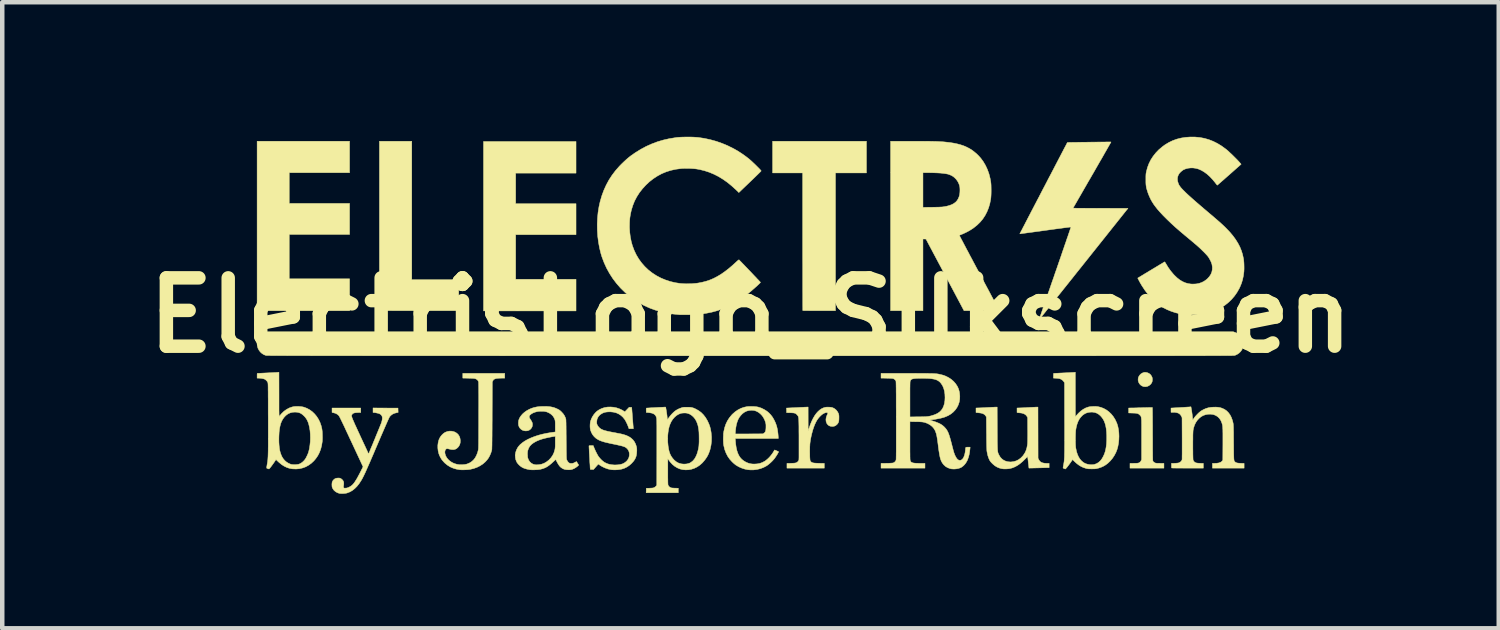
<source format=kicad_pcb>
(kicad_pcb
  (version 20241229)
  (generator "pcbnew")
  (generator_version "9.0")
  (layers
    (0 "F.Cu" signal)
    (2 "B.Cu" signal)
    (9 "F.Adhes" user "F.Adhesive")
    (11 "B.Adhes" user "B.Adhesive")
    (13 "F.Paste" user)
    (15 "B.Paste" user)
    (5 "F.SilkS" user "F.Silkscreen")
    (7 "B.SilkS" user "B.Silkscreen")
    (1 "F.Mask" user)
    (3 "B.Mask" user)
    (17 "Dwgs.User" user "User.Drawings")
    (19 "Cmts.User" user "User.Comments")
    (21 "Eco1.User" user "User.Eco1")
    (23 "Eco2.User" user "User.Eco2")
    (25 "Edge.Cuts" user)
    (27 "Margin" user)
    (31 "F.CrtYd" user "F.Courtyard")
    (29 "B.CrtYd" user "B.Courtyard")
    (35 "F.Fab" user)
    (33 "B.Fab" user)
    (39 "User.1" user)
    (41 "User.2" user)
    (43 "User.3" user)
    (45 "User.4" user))
  (footprint "ElectrisLogo_Silkscreen"
    (layer "F.Cu")
    (at 13.687 3.981)
    (property "Reference" "ElectrisLogo_Silkscreen" (at 0 0 0) (layer "F.SilkS") (effects (font (size 1.524 1.524) (thickness 0.3))))
    (attr through_hole)
    (fp_poly (pts (xy -8.941 -3.18) (xy -10.287 -3.18) (xy -10.287 -2.494) (xy -8.941 -2.494) (xy -8.941 -1.803) (xy -10.287 -1.803) (xy -10.287 -0.813) (xy -8.941 -0.813) (xy -8.941 -0.102) (xy -11.003 -0.102) (xy -11.003 -3.881) (xy -8.941 -3.881) (xy -8.941 -3.18)) (stroke (width 0.01) (type solid)) (fill yes) (layer "F.SilkS"))
    (fp_poly (pts (xy -3.891 -3.17) (xy -5.237 -3.17) (xy -5.237 -2.489) (xy -3.891 -2.489) (xy -3.891 -1.798) (xy -5.237 -1.798) (xy -5.237 -0.803) (xy -3.891 -0.803) (xy -3.891 -0.097) (xy -5.954 -0.097) (xy -5.954 -3.876) (xy -3.891 -3.876) (xy -3.891 -3.17)) (stroke (width 0.01) (type solid)) (fill yes) (layer "F.SilkS"))
    (fp_poly (pts (xy 8.819 1.273) (xy 8.852 1.281) (xy 8.884 1.295) (xy 8.912 1.315) (xy 8.927 1.332) (xy 8.946 1.36) (xy 8.957 1.386) (xy 8.962 1.413) (xy 8.963 1.433) (xy 8.96 1.47) (xy 8.949 1.503) (xy 8.929 1.532) (xy 8.916 1.546) (xy 8.885 1.57) (xy 8.85 1.586) (xy 8.813 1.593) (xy 8.776 1.592) (xy 8.763 1.589) (xy 8.727 1.574) (xy 8.696 1.552) (xy 8.672 1.524) (xy 8.655 1.492) (xy 8.645 1.457) (xy 8.644 1.421) (xy 8.651 1.385) (xy 8.657 1.371) (xy 8.678 1.337) (xy 8.705 1.309) (xy 8.738 1.288) (xy 8.774 1.275) (xy 8.787 1.272) (xy 8.819 1.273)) (stroke (width 0.01) (type solid)) (fill yes) (layer "F.SilkS"))
    (fp_poly (pts (xy 2.586 -3.175) (xy 1.895 -3.175) (xy 1.895 -0.102) (xy 1.532 -0.102) (xy 1.473 -0.102) (xy 1.416 -0.102) (xy 1.363 -0.102) (xy 1.315 -0.102) (xy 1.272 -0.103) (xy 1.235 -0.103) (xy 1.205 -0.103) (xy 1.183 -0.104) (xy 1.17 -0.105) (xy 1.167 -0.105) (xy 1.166 -0.11) (xy 1.166 -0.125) (xy 1.166 -0.15) (xy 1.166 -0.183) (xy 1.165 -0.225) (xy 1.165 -0.275) (xy 1.165 -0.333) (xy 1.165 -0.399) (xy 1.165 -0.471) (xy 1.164 -0.55) (xy 1.164 -0.636) (xy 1.164 -0.727) (xy 1.164 -0.823) (xy 1.164 -0.925) (xy 1.164 -1.031) (xy 1.164 -1.142) (xy 1.163 -1.256) (xy 1.163 -1.374) (xy 1.163 -1.495) (xy 1.163 -1.619) (xy 1.163 -3.175) (xy 0.493 -3.175) (xy 0.493 -3.881) (xy 2.586 -3.881) (xy 2.586 -3.175)) (stroke (width 0.01) (type solid)) (fill yes) (layer "F.SilkS"))
    (fp_poly (pts (xy -7.554 -0.792) (xy -6.507 -0.792) (xy -6.507 -0.102) (xy -7.388 -0.102) (xy -7.482 -0.102) (xy -7.573 -0.102) (xy -7.661 -0.102) (xy -7.745 -0.102) (xy -7.825 -0.102) (xy -7.899 -0.102) (xy -7.969 -0.102) (xy -8.033 -0.103) (xy -8.09 -0.103) (xy -8.141 -0.103) (xy -8.184 -0.104) (xy -8.219 -0.104) (xy -8.245 -0.104) (xy -8.263 -0.105) (xy -8.271 -0.105) (xy -8.272 -0.105) (xy -8.272 -0.11) (xy -8.272 -0.125) (xy -8.273 -0.15) (xy -8.273 -0.183) (xy -8.273 -0.226) (xy -8.273 -0.277) (xy -8.274 -0.335) (xy -8.274 -0.402) (xy -8.274 -0.476) (xy -8.274 -0.557) (xy -8.274 -0.644) (xy -8.274 -0.738) (xy -8.275 -0.837) (xy -8.275 -0.942) (xy -8.275 -1.053) (xy -8.275 -1.168) (xy -8.275 -1.288) (xy -8.275 -1.412) (xy -8.275 -1.539) (xy -8.275 -1.67) (xy -8.275 -1.804) (xy -8.275 -1.941) (xy -8.275 -1.995) (xy -8.275 -3.881) (xy -7.554 -3.881) (xy -7.554 -0.792)) (stroke (width 0.01) (type solid)) (fill yes) (layer "F.SilkS"))
    (fp_poly (pts (xy 8.951 2.056) (xy 8.961 2.057) (xy 8.962 2.057) (xy 8.963 2.062) (xy 8.963 2.077) (xy 8.964 2.101) (xy 8.964 2.133) (xy 8.965 2.173) (xy 8.965 2.22) (xy 8.966 2.273) (xy 8.966 2.331) (xy 8.966 2.395) (xy 8.967 2.464) (xy 8.967 2.536) (xy 8.967 2.611) (xy 8.967 2.653) (xy 8.968 2.743) (xy 8.968 2.823) (xy 8.968 2.895) (xy 8.968 2.958) (xy 8.968 3.013) (xy 8.969 3.06) (xy 8.969 3.101) (xy 8.969 3.135) (xy 8.97 3.164) (xy 8.97 3.188) (xy 8.971 3.207) (xy 8.971 3.222) (xy 8.972 3.233) (xy 8.973 3.242) (xy 8.974 3.248) (xy 8.975 3.253) (xy 8.977 3.256) (xy 8.978 3.258) (xy 8.979 3.26) (xy 8.99 3.271) (xy 9.006 3.283) (xy 9.012 3.287) (xy 9.021 3.291) (xy 9.029 3.295) (xy 9.039 3.297) (xy 9.053 3.299) (xy 9.071 3.3) (xy 9.097 3.301) (xy 9.127 3.301) (xy 9.22 3.303) (xy 9.22 3.409) (xy 8.463 3.409) (xy 8.463 3.303) (xy 8.554 3.301) (xy 8.586 3.3) (xy 8.611 3.3) (xy 8.629 3.298) (xy 8.642 3.297) (xy 8.653 3.294) (xy 8.662 3.29) (xy 8.669 3.287) (xy 8.686 3.276) (xy 8.698 3.264) (xy 8.708 3.246) (xy 8.722 3.219) (xy 8.722 2.761) (xy 8.722 2.679) (xy 8.722 2.607) (xy 8.722 2.543) (xy 8.722 2.488) (xy 8.722 2.44) (xy 8.721 2.4) (xy 8.721 2.365) (xy 8.72 2.337) (xy 8.718 2.313) (xy 8.716 2.294) (xy 8.714 2.279) (xy 8.711 2.267) (xy 8.708 2.257) (xy 8.704 2.25) (xy 8.7 2.243) (xy 8.695 2.237) (xy 8.689 2.232) (xy 8.682 2.225) (xy 8.668 2.212) (xy 8.653 2.201) (xy 8.636 2.193) (xy 8.617 2.188) (xy 8.592 2.184) (xy 8.561 2.182) (xy 8.521 2.181) (xy 8.52 2.181) (xy 8.433 2.178) (xy 8.433 2.068) (xy 8.487 2.067) (xy 8.505 2.067) (xy 8.531 2.067) (xy 8.564 2.066) (xy 8.603 2.065) (xy 8.646 2.063) (xy 8.692 2.062) (xy 8.74 2.061) (xy 8.75 2.06) (xy 8.795 2.059) (xy 8.837 2.058) (xy 8.875 2.057) (xy 8.907 2.056) (xy 8.933 2.056) (xy 8.951 2.056)) (stroke (width 0.01) (type solid)) (fill yes) (layer "F.SilkS"))
    (fp_poly (pts (xy 1.286 2.578) (xy 1.308 2.512) (xy 1.337 2.43) (xy 1.367 2.358) (xy 1.399 2.294) (xy 1.432 2.238) (xy 1.467 2.189) (xy 1.505 2.147) (xy 1.506 2.146) (xy 1.545 2.111) (xy 1.583 2.085) (xy 1.623 2.066) (xy 1.661 2.054) (xy 1.69 2.049) (xy 1.725 2.048) (xy 1.761 2.049) (xy 1.796 2.052) (xy 1.825 2.059) (xy 1.835 2.062) (xy 1.875 2.083) (xy 1.91 2.112) (xy 1.939 2.148) (xy 1.961 2.189) (xy 1.962 2.192) (xy 1.967 2.207) (xy 1.97 2.221) (xy 1.972 2.237) (xy 1.973 2.258) (xy 1.973 2.287) (xy 1.973 2.289) (xy 1.972 2.328) (xy 1.969 2.359) (xy 1.962 2.385) (xy 1.951 2.407) (xy 1.936 2.427) (xy 1.925 2.438) (xy 1.897 2.461) (xy 1.866 2.474) (xy 1.829 2.479) (xy 1.824 2.479) (xy 1.785 2.475) (xy 1.752 2.463) (xy 1.725 2.442) (xy 1.703 2.413) (xy 1.7 2.407) (xy 1.686 2.369) (xy 1.682 2.328) (xy 1.687 2.285) (xy 1.701 2.241) (xy 1.712 2.218) (xy 1.721 2.197) (xy 1.723 2.182) (xy 1.718 2.174) (xy 1.705 2.17) (xy 1.695 2.169) (xy 1.667 2.174) (xy 1.636 2.187) (xy 1.603 2.207) (xy 1.571 2.234) (xy 1.538 2.267) (xy 1.507 2.304) (xy 1.479 2.345) (xy 1.46 2.38) (xy 1.435 2.432) (xy 1.412 2.491) (xy 1.39 2.556) (xy 1.371 2.625) (xy 1.354 2.695) (xy 1.34 2.764) (xy 1.33 2.83) (xy 1.325 2.873) (xy 1.324 2.901) (xy 1.322 2.935) (xy 1.322 2.972) (xy 1.321 3.012) (xy 1.321 3.052) (xy 1.322 3.092) (xy 1.322 3.13) (xy 1.323 3.165) (xy 1.325 3.195) (xy 1.327 3.219) (xy 1.329 3.235) (xy 1.33 3.241) (xy 1.34 3.257) (xy 1.35 3.269) (xy 1.363 3.279) (xy 1.379 3.286) (xy 1.4 3.292) (xy 1.427 3.296) (xy 1.46 3.298) (xy 1.502 3.3) (xy 1.53 3.301) (xy 1.646 3.303) (xy 1.646 3.409) (xy 0.813 3.409) (xy 0.813 3.303) (xy 0.903 3.301) (xy 0.941 3.299) (xy 0.97 3.298) (xy 0.992 3.295) (xy 1.008 3.292) (xy 1.017 3.29) (xy 1.042 3.276) (xy 1.062 3.257) (xy 1.076 3.234) (xy 1.079 3.22) (xy 1.08 3.212) (xy 1.08 3.194) (xy 1.081 3.168) (xy 1.081 3.133) (xy 1.081 3.092) (xy 1.081 3.045) (xy 1.081 2.992) (xy 1.081 2.934) (xy 1.081 2.872) (xy 1.081 2.807) (xy 1.081 2.751) (xy 1.081 2.67) (xy 1.08 2.599) (xy 1.08 2.536) (xy 1.08 2.482) (xy 1.079 2.435) (xy 1.078 2.395) (xy 1.077 2.362) (xy 1.076 2.334) (xy 1.075 2.311) (xy 1.073 2.292) (xy 1.07 2.277) (xy 1.067 2.265) (xy 1.064 2.255) (xy 1.06 2.247) (xy 1.056 2.24) (xy 1.05 2.234) (xy 1.044 2.227) (xy 1.04 2.222) (xy 1.026 2.207) (xy 1.013 2.196) (xy 0.999 2.188) (xy 0.981 2.182) (xy 0.96 2.178) (xy 0.932 2.176) (xy 0.895 2.174) (xy 0.892 2.174) (xy 0.805 2.172) (xy 0.804 2.121) (xy 0.802 2.069) (xy 0.976 2.061) (xy 1.021 2.059) (xy 1.066 2.056) (xy 1.109 2.054) (xy 1.148 2.052) (xy 1.182 2.051) (xy 1.208 2.049) (xy 1.218 2.049) (xy 1.285 2.046) (xy 1.286 2.578)) (stroke (width 0.01) (type solid)) (fill yes) (layer "F.SilkS"))
    (fp_poly (pts (xy 0.028 2.033) (xy 0.068 2.034) (xy 0.106 2.037) (xy 0.14 2.041) (xy 0.166 2.046) (xy 0.168 2.046) (xy 0.241 2.07) (xy 0.308 2.103) (xy 0.369 2.142) (xy 0.41 2.177) (xy 0.454 2.223) (xy 0.495 2.278) (xy 0.53 2.34) (xy 0.56 2.405) (xy 0.584 2.474) (xy 0.6 2.544) (xy 0.601 2.55) (xy 0.605 2.576) (xy 0.609 2.606) (xy 0.613 2.639) (xy 0.616 2.672) (xy 0.618 2.701) (xy 0.62 2.724) (xy 0.62 2.732) (xy 0.62 2.748) (xy -0.34 2.748) (xy -0.337 2.788) (xy -0.33 2.872) (xy -0.319 2.947) (xy -0.304 3.014) (xy -0.284 3.074) (xy -0.26 3.126) (xy -0.231 3.171) (xy -0.196 3.21) (xy -0.156 3.243) (xy -0.11 3.271) (xy -0.099 3.277) (xy -0.054 3.296) (xy -0.011 3.309) (xy 0.036 3.316) (xy 0.084 3.318) (xy 0.149 3.314) (xy 0.209 3.303) (xy 0.264 3.283) (xy 0.318 3.254) (xy 0.331 3.246) (xy 0.375 3.211) (xy 0.419 3.169) (xy 0.461 3.12) (xy 0.499 3.067) (xy 0.514 3.042) (xy 0.524 3.025) (xy 0.531 3.011) (xy 0.536 3.004) (xy 0.536 3.003) (xy 0.541 3.005) (xy 0.552 3.009) (xy 0.568 3.015) (xy 0.586 3.023) (xy 0.603 3.031) (xy 0.617 3.037) (xy 0.625 3.041) (xy 0.626 3.042) (xy 0.625 3.048) (xy 0.62 3.061) (xy 0.61 3.078) (xy 0.598 3.1) (xy 0.583 3.123) (xy 0.568 3.147) (xy 0.552 3.17) (xy 0.538 3.191) (xy 0.535 3.194) (xy 0.511 3.223) (xy 0.481 3.255) (xy 0.448 3.287) (xy 0.414 3.316) (xy 0.381 3.342) (xy 0.358 3.358) (xy 0.292 3.393) (xy 0.221 3.42) (xy 0.146 3.438) (xy 0.069 3.448) (xy -0.01 3.448) (xy -0.058 3.444) (xy -0.127 3.43) (xy -0.195 3.408) (xy -0.261 3.379) (xy -0.322 3.343) (xy -0.324 3.342) (xy -0.343 3.327) (xy -0.367 3.308) (xy -0.391 3.286) (xy -0.412 3.266) (xy -0.465 3.207) (xy -0.51 3.142) (xy -0.546 3.071) (xy -0.575 2.995) (xy -0.595 2.912) (xy -0.598 2.896) (xy -0.603 2.861) (xy -0.605 2.818) (xy -0.607 2.771) (xy -0.606 2.723) (xy -0.604 2.675) (xy -0.602 2.647) (xy -0.34 2.647) (xy -0.031 2.646) (xy 0.278 2.644) (xy 0.298 2.631) (xy 0.315 2.618) (xy 0.327 2.602) (xy 0.335 2.583) (xy 0.341 2.557) (xy 0.344 2.525) (xy 0.345 2.501) (xy 0.345 2.47) (xy 0.345 2.446) (xy 0.343 2.425) (xy 0.339 2.406) (xy 0.336 2.392) (xy 0.317 2.336) (xy 0.291 2.285) (xy 0.259 2.238) (xy 0.221 2.198) (xy 0.179 2.165) (xy 0.133 2.14) (xy 0.093 2.126) (xy 0.073 2.122) (xy 0.049 2.12) (xy 0.024 2.118) (xy 0.02 2.118) (xy -0.034 2.123) (xy -0.084 2.136) (xy -0.13 2.158) (xy -0.174 2.19) (xy -0.186 2.201) (xy -0.221 2.238) (xy -0.252 2.279) (xy -0.277 2.325) (xy -0.297 2.377) (xy -0.314 2.435) (xy -0.326 2.5) (xy -0.335 2.574) (xy -0.337 2.607) (xy -0.34 2.647) (xy -0.602 2.647) (xy -0.601 2.63) (xy -0.596 2.593) (xy -0.595 2.59) (xy -0.576 2.505) (xy -0.549 2.426) (xy -0.514 2.353) (xy -0.471 2.286) (xy -0.42 2.224) (xy -0.402 2.205) (xy -0.342 2.152) (xy -0.279 2.109) (xy -0.213 2.075) (xy -0.143 2.051) (xy -0.077 2.037) (xy -0.047 2.034) (xy -0.011 2.033) (xy 0.028 2.033)) (stroke (width 0.01) (type solid)) (fill yes) (layer "F.SilkS"))
    (fp_poly (pts (xy 3.702 -3.881) (xy 3.785 -3.881) (xy 3.86 -3.881) (xy 3.926 -3.88) (xy 3.986 -3.88) (xy 4.04 -3.879) (xy 4.088 -3.878) (xy 4.131 -3.877) (xy 4.17 -3.876) (xy 4.205 -3.874) (xy 4.239 -3.872) (xy 4.27 -3.87) (xy 4.301 -3.868) (xy 4.332 -3.865) (xy 4.351 -3.863) (xy 4.448 -3.852) (xy 4.536 -3.838) (xy 4.616 -3.821) (xy 4.69 -3.801) (xy 4.758 -3.778) (xy 4.822 -3.75) (xy 4.882 -3.719) (xy 4.937 -3.685) (xy 4.975 -3.657) (xy 5.016 -3.623) (xy 5.058 -3.586) (xy 5.096 -3.547) (xy 5.129 -3.51) (xy 5.133 -3.506) (xy 5.191 -3.427) (xy 5.241 -3.342) (xy 5.283 -3.252) (xy 5.318 -3.155) (xy 5.344 -3.053) (xy 5.358 -2.977) (xy 5.362 -2.944) (xy 5.365 -2.904) (xy 5.366 -2.858) (xy 5.367 -2.808) (xy 5.367 -2.758) (xy 5.366 -2.709) (xy 5.364 -2.664) (xy 5.361 -2.624) (xy 5.358 -2.596) (xy 5.338 -2.493) (xy 5.31 -2.397) (xy 5.274 -2.308) (xy 5.231 -2.225) (xy 5.18 -2.148) (xy 5.12 -2.076) (xy 5.052 -2.01) (xy 4.976 -1.949) (xy 4.913 -1.907) (xy 4.883 -1.889) (xy 4.847 -1.869) (xy 4.808 -1.849) (xy 4.768 -1.83) (xy 4.731 -1.813) (xy 4.699 -1.801) (xy 4.698 -1.8) (xy 4.68 -1.793) (xy 4.666 -1.786) (xy 4.659 -1.782) (xy 4.658 -1.781) (xy 4.661 -1.776) (xy 4.668 -1.763) (xy 4.679 -1.741) (xy 4.694 -1.712) (xy 4.713 -1.676) (xy 4.736 -1.633) (xy 4.762 -1.583) (xy 4.791 -1.528) (xy 4.823 -1.467) (xy 4.858 -1.402) (xy 4.895 -1.331) (xy 4.935 -1.257) (xy 4.976 -1.179) (xy 5.019 -1.098) (xy 5.064 -1.014) (xy 5.102 -0.943) (xy 5.147 -0.858) (xy 5.192 -0.774) (xy 5.234 -0.694) (xy 5.276 -0.616) (xy 5.315 -0.543) (xy 5.352 -0.473) (xy 5.386 -0.409) (xy 5.418 -0.349) (xy 5.447 -0.295) (xy 5.472 -0.246) (xy 5.494 -0.204) (xy 5.513 -0.169) (xy 5.528 -0.141) (xy 5.538 -0.121) (xy 5.545 -0.109) (xy 5.547 -0.106) (xy 5.542 -0.105) (xy 5.528 -0.105) (xy 5.505 -0.104) (xy 5.474 -0.103) (xy 5.436 -0.103) (xy 5.392 -0.102) (xy 5.341 -0.102) (xy 5.286 -0.102) (xy 5.227 -0.102) (xy 5.164 -0.102) (xy 5.155 -0.102) (xy 4.762 -0.102) (xy 4.338 -0.9) (xy 3.913 -1.699) (xy 3.879 -1.701) (xy 3.846 -1.702) (xy 3.846 -0.102) (xy 3.124 -0.102) (xy 3.124 -2.407) (xy 3.846 -2.407) (xy 4.05 -2.409) (xy 4.109 -2.41) (xy 4.159 -2.411) (xy 4.201 -2.412) (xy 4.236 -2.414) (xy 4.264 -2.415) (xy 4.287 -2.417) (xy 4.306 -2.42) (xy 4.308 -2.42) (xy 4.379 -2.433) (xy 4.44 -2.45) (xy 4.493 -2.47) (xy 4.538 -2.495) (xy 4.576 -2.524) (xy 4.607 -2.558) (xy 4.632 -2.598) (xy 4.651 -2.644) (xy 4.659 -2.671) (xy 4.665 -2.7) (xy 4.669 -2.735) (xy 4.671 -2.774) (xy 4.671 -2.813) (xy 4.669 -2.849) (xy 4.664 -2.88) (xy 4.662 -2.891) (xy 4.643 -2.943) (xy 4.617 -2.992) (xy 4.583 -3.037) (xy 4.544 -3.076) (xy 4.5 -3.107) (xy 4.481 -3.118) (xy 4.457 -3.128) (xy 4.432 -3.138) (xy 4.411 -3.145) (xy 4.406 -3.147) (xy 4.36 -3.156) (xy 4.305 -3.164) (xy 4.24 -3.171) (xy 4.165 -3.175) (xy 4.082 -3.178) (xy 3.989 -3.18) (xy 3.959 -3.18) (xy 3.846 -3.18) (xy 3.846 -2.407) (xy 3.124 -2.407) (xy 3.124 -3.881) (xy 3.609 -3.881) (xy 3.702 -3.881)) (stroke (width 0.01) (type solid)) (fill yes) (layer "F.SilkS"))
    (fp_poly (pts (xy -5.481 1.402) (xy -5.549 1.402) (xy -5.598 1.403) (xy -5.639 1.406) (xy -5.671 1.41) (xy -5.697 1.418) (xy -5.717 1.427) (xy -5.732 1.44) (xy -5.743 1.456) (xy -5.746 1.462) (xy -5.758 1.486) (xy -5.761 2.235) (xy -5.761 2.343) (xy -5.762 2.442) (xy -5.762 2.531) (xy -5.763 2.611) (xy -5.763 2.683) (xy -5.764 2.746) (xy -5.764 2.801) (xy -5.765 2.849) (xy -5.765 2.89) (xy -5.766 2.924) (xy -5.767 2.952) (xy -5.767 2.973) (xy -5.768 2.99) (xy -5.769 3.001) (xy -5.77 3.007) (xy -5.77 3.007) (xy -5.79 3.072) (xy -5.814 3.129) (xy -5.841 3.179) (xy -5.874 3.224) (xy -5.913 3.267) (xy -5.969 3.316) (xy -6.032 3.357) (xy -6.102 3.392) (xy -6.176 3.418) (xy -6.256 3.437) (xy -6.256 3.437) (xy -6.286 3.441) (xy -6.321 3.444) (xy -6.361 3.446) (xy -6.401 3.447) (xy -6.438 3.447) (xy -6.471 3.446) (xy -6.486 3.444) (xy -6.564 3.43) (xy -6.635 3.408) (xy -6.701 3.379) (xy -6.761 3.341) (xy -6.817 3.295) (xy -6.838 3.273) (xy -6.88 3.225) (xy -6.912 3.175) (xy -6.938 3.122) (xy -6.951 3.085) (xy -6.966 3.024) (xy -6.973 2.961) (xy -6.973 2.898) (xy -6.965 2.837) (xy -6.95 2.78) (xy -6.932 2.739) (xy -6.91 2.703) (xy -6.882 2.669) (xy -6.851 2.639) (xy -6.818 2.616) (xy -6.804 2.608) (xy -6.757 2.591) (xy -6.708 2.583) (xy -6.66 2.585) (xy -6.612 2.597) (xy -6.591 2.605) (xy -6.551 2.629) (xy -6.519 2.659) (xy -6.495 2.696) (xy -6.479 2.738) (xy -6.472 2.785) (xy -6.471 2.8) (xy -6.474 2.845) (xy -6.485 2.884) (xy -6.503 2.918) (xy -6.525 2.946) (xy -6.553 2.971) (xy -6.583 2.987) (xy -6.617 2.995) (xy -6.655 2.996) (xy -6.699 2.988) (xy -6.712 2.985) (xy -6.737 2.979) (xy -6.757 2.975) (xy -6.77 2.974) (xy -6.773 2.975) (xy -6.792 2.985) (xy -6.806 3.004) (xy -6.814 3.029) (xy -6.816 3.059) (xy -6.813 3.084) (xy -6.8 3.129) (xy -6.778 3.171) (xy -6.748 3.21) (xy -6.711 3.245) (xy -6.667 3.276) (xy -6.618 3.301) (xy -6.564 3.319) (xy -6.538 3.325) (xy -6.499 3.331) (xy -6.455 3.333) (xy -6.411 3.331) (xy -6.368 3.327) (xy -6.33 3.319) (xy -6.317 3.315) (xy -6.263 3.292) (xy -6.215 3.261) (xy -6.174 3.223) (xy -6.139 3.177) (xy -6.11 3.123) (xy -6.086 3.061) (xy -6.074 3.015) (xy -6.073 3.009) (xy -6.071 3.002) (xy -6.07 2.995) (xy -6.069 2.987) (xy -6.068 2.977) (xy -6.067 2.965) (xy -6.066 2.951) (xy -6.066 2.933) (xy -6.065 2.912) (xy -6.065 2.887) (xy -6.064 2.856) (xy -6.064 2.821) (xy -6.064 2.78) (xy -6.063 2.732) (xy -6.063 2.678) (xy -6.063 2.617) (xy -6.063 2.547) (xy -6.062 2.47) (xy -6.062 2.383) (xy -6.062 2.287) (xy -6.062 2.236) (xy -6.062 2.126) (xy -6.061 2.026) (xy -6.061 1.936) (xy -6.061 1.854) (xy -6.061 1.782) (xy -6.062 1.718) (xy -6.062 1.663) (xy -6.062 1.615) (xy -6.063 1.575) (xy -6.063 1.543) (xy -6.064 1.518) (xy -6.064 1.499) (xy -6.065 1.488) (xy -6.066 1.482) (xy -6.077 1.458) (xy -6.097 1.436) (xy -6.123 1.42) (xy -6.137 1.415) (xy -6.148 1.412) (xy -6.163 1.409) (xy -6.182 1.408) (xy -6.207 1.406) (xy -6.239 1.405) (xy -6.279 1.404) (xy -6.29 1.403) (xy -6.416 1.401) (xy -6.416 1.295) (xy -5.481 1.295) (xy -5.481 1.402)) (stroke (width 0.01) (type solid)) (fill yes) (layer "F.SilkS"))
    (fp_poly (pts (xy 10.805 0.381) (xy 10.852 0.401) (xy 10.894 0.43) (xy 10.929 0.465) (xy 10.958 0.506) (xy 10.978 0.552) (xy 10.99 0.601) (xy 10.993 0.64) (xy 10.991 0.667) (xy 10.984 0.698) (xy 10.974 0.73) (xy 10.963 0.759) (xy 10.957 0.771) (xy 10.93 0.809) (xy 10.895 0.843) (xy 10.854 0.871) (xy 10.811 0.891) (xy 10.792 0.896) (xy 10.79 0.897) (xy 10.787 0.897) (xy 10.782 0.897) (xy 10.776 0.898) (xy 10.768 0.898) (xy 10.758 0.898) (xy 10.745 0.898) (xy 10.731 0.899) (xy 10.714 0.899) (xy 10.695 0.899) (xy 10.674 0.899) (xy 10.649 0.899) (xy 10.622 0.9) (xy 10.592 0.9) (xy 10.559 0.9) (xy 10.523 0.9) (xy 10.483 0.9) (xy 10.44 0.901) (xy 10.394 0.901) (xy 10.344 0.901) (xy 10.29 0.901) (xy 10.232 0.901) (xy 10.17 0.901) (xy 10.104 0.902) (xy 10.033 0.902) (xy 9.958 0.902) (xy 9.879 0.902) (xy 9.795 0.902) (xy 9.706 0.902) (xy 9.612 0.902) (xy 9.514 0.902) (xy 9.41 0.903) (xy 9.3 0.903) (xy 9.186 0.903) (xy 9.065 0.903) (xy 8.94 0.903) (xy 8.808 0.903) (xy 8.67 0.903) (xy 8.527 0.903) (xy 8.377 0.903) (xy 8.221 0.903) (xy 8.058 0.903) (xy 7.889 0.903) (xy 7.714 0.903) (xy 7.531 0.904) (xy 7.342 0.904) (xy 7.145 0.904) (xy 6.942 0.904) (xy 6.731 0.904) (xy 6.512 0.904) (xy 6.287 0.904) (xy 6.053 0.904) (xy 5.812 0.904) (xy 5.563 0.904) (xy 5.305 0.904) (xy 5.04 0.904) (xy 4.766 0.904) (xy 4.484 0.904) (xy 4.193 0.904) (xy 3.894 0.904) (xy 3.586 0.904) (xy 3.269 0.904) (xy 2.943 0.904) (xy 2.608 0.904) (xy 2.263 0.904) (xy 1.909 0.904) (xy 1.546 0.904) (xy 1.173 0.904) (xy 0.79 0.904) (xy 0.397 0.904) (xy -0.006 0.904) (xy -0.007 0.904) (xy -0.412 0.904) (xy -0.807 0.904) (xy -1.191 0.904) (xy -1.566 0.904) (xy -1.931 0.904) (xy -2.287 0.904) (xy -2.633 0.904) (xy -2.97 0.904) (xy -3.298 0.904) (xy -3.617 0.904) (xy -3.926 0.904) (xy -4.227 0.904) (xy -4.52 0.904) (xy -4.803 0.904) (xy -5.079 0.904) (xy -5.346 0.904) (xy -5.604 0.903) (xy -5.855 0.903) (xy -6.098 0.903) (xy -6.333 0.903) (xy -6.56 0.903) (xy -6.779 0.903) (xy -6.992 0.903) (xy -7.196 0.903) (xy -7.394 0.903) (xy -7.584 0.903) (xy -7.768 0.903) (xy -7.945 0.903) (xy -8.115 0.903) (xy -8.278 0.903) (xy -8.435 0.903) (xy -8.585 0.903) (xy -8.729 0.902) (xy -8.868 0.902) (xy -9 0.902) (xy -9.126 0.902) (xy -9.247 0.902) (xy -9.362 0.902) (xy -9.471 0.902) (xy -9.575 0.902) (xy -9.674 0.902) (xy -9.767 0.902) (xy -9.856 0.901) (xy -9.94 0.901) (xy -10.019 0.901) (xy -10.093 0.901) (xy -10.163 0.901) (xy -10.229 0.901) (xy -10.29 0.901) (xy -10.347 0.9) (xy -10.4 0.9) (xy -10.449 0.9) (xy -10.494 0.9) (xy -10.536 0.9) (xy -10.574 0.899) (xy -10.609 0.899) (xy -10.64 0.899) (xy -10.668 0.899) (xy -10.693 0.899) (xy -10.716 0.898) (xy -10.735 0.898) (xy -10.752 0.898) (xy -10.766 0.898) (xy -10.778 0.897) (xy -10.788 0.897) (xy -10.795 0.897) (xy -10.8 0.897) (xy -10.803 0.896) (xy -10.805 0.896) (xy -10.851 0.879) (xy -10.893 0.853) (xy -10.93 0.82) (xy -10.96 0.781) (xy -10.983 0.738) (xy -10.995 0.701) (xy -11.003 0.649) (xy -11 0.599) (xy -10.989 0.551) (xy -10.969 0.507) (xy -10.942 0.466) (xy -10.907 0.431) (xy -10.866 0.403) (xy -10.82 0.382) (xy -10.813 0.38) (xy -10.777 0.368) (xy 10.767 0.368) (xy 10.805 0.381)) (stroke (width 0.01) (type solid)) (fill yes) (layer "F.SilkS"))
    (fp_poly (pts (xy 6.413 3.188) (xy 6.427 3.216) (xy 6.443 3.243) (xy 6.463 3.265) (xy 6.487 3.281) (xy 6.518 3.292) (xy 6.555 3.299) (xy 6.601 3.302) (xy 6.615 3.302) (xy 6.66 3.302) (xy 6.66 3.399) (xy 6.623 3.399) (xy 6.609 3.399) (xy 6.587 3.399) (xy 6.557 3.4) (xy 6.522 3.401) (xy 6.482 3.402) (xy 6.439 3.403) (xy 6.399 3.404) (xy 6.356 3.405) (xy 6.317 3.406) (xy 6.282 3.407) (xy 6.253 3.407) (xy 6.231 3.408) (xy 6.216 3.408) (xy 6.21 3.408) (xy 6.21 3.408) (xy 6.209 3.402) (xy 6.207 3.388) (xy 6.205 3.367) (xy 6.202 3.34) (xy 6.198 3.308) (xy 6.195 3.279) (xy 6.191 3.244) (xy 6.188 3.213) (xy 6.185 3.187) (xy 6.182 3.167) (xy 6.181 3.154) (xy 6.18 3.151) (xy 6.176 3.154) (xy 6.167 3.163) (xy 6.152 3.177) (xy 6.135 3.195) (xy 6.121 3.209) (xy 6.064 3.264) (xy 6.009 3.31) (xy 5.955 3.348) (xy 5.901 3.378) (xy 5.847 3.401) (xy 5.802 3.414) (xy 5.768 3.421) (xy 5.727 3.425) (xy 5.685 3.427) (xy 5.645 3.426) (xy 5.61 3.422) (xy 5.609 3.422) (xy 5.551 3.407) (xy 5.498 3.385) (xy 5.449 3.355) (xy 5.403 3.316) (xy 5.394 3.307) (xy 5.372 3.285) (xy 5.356 3.267) (xy 5.344 3.25) (xy 5.333 3.233) (xy 5.324 3.215) (xy 5.306 3.171) (xy 5.29 3.119) (xy 5.278 3.063) (xy 5.273 3.035) (xy 5.271 3.02) (xy 5.27 2.997) (xy 5.269 2.964) (xy 5.267 2.921) (xy 5.266 2.869) (xy 5.265 2.807) (xy 5.264 2.735) (xy 5.264 2.653) (xy 5.263 2.631) (xy 5.26 2.268) (xy 5.249 2.249) (xy 5.227 2.222) (xy 5.2 2.202) (xy 5.165 2.187) (xy 5.124 2.179) (xy 5.105 2.177) (xy 5.084 2.175) (xy 5.063 2.172) (xy 5.051 2.171) (xy 5.029 2.169) (xy 5.029 2.068) (xy 5.053 2.067) (xy 5.064 2.067) (xy 5.083 2.066) (xy 5.11 2.065) (xy 5.143 2.064) (xy 5.181 2.062) (xy 5.223 2.06) (xy 5.265 2.057) (xy 5.309 2.055) (xy 5.351 2.053) (xy 5.388 2.051) (xy 5.421 2.05) (xy 5.448 2.048) (xy 5.467 2.048) (xy 5.477 2.047) (xy 5.501 2.047) (xy 5.503 2.526) (xy 5.503 2.61) (xy 5.504 2.684) (xy 5.504 2.749) (xy 5.504 2.806) (xy 5.505 2.855) (xy 5.506 2.898) (xy 5.507 2.934) (xy 5.508 2.965) (xy 5.509 2.991) (xy 5.511 3.013) (xy 5.513 3.031) (xy 5.515 3.047) (xy 5.518 3.06) (xy 5.522 3.072) (xy 5.526 3.083) (xy 5.53 3.093) (xy 5.536 3.104) (xy 5.542 3.116) (xy 5.543 3.119) (xy 5.57 3.164) (xy 5.604 3.201) (xy 5.644 3.231) (xy 5.69 3.253) (xy 5.74 3.266) (xy 5.796 3.271) (xy 5.817 3.27) (xy 5.875 3.262) (xy 5.93 3.245) (xy 5.982 3.218) (xy 6.029 3.182) (xy 6.072 3.138) (xy 6.095 3.107) (xy 6.125 3.059) (xy 6.147 3.009) (xy 6.163 2.956) (xy 6.174 2.897) (xy 6.178 2.865) (xy 6.179 2.846) (xy 6.18 2.818) (xy 6.181 2.782) (xy 6.181 2.739) (xy 6.182 2.689) (xy 6.182 2.635) (xy 6.182 2.576) (xy 6.181 2.545) (xy 6.18 2.283) (xy 6.167 2.258) (xy 6.147 2.231) (xy 6.119 2.208) (xy 6.083 2.191) (xy 6.04 2.18) (xy 6.011 2.177) (xy 5.99 2.175) (xy 5.971 2.173) (xy 5.96 2.171) (xy 5.944 2.169) (xy 5.944 2.068) (xy 5.968 2.067) (xy 5.978 2.067) (xy 5.998 2.066) (xy 6.025 2.065) (xy 6.058 2.064) (xy 6.096 2.062) (xy 6.137 2.06) (xy 6.177 2.057) (xy 6.221 2.055) (xy 6.262 2.053) (xy 6.3 2.051) (xy 6.332 2.05) (xy 6.358 2.048) (xy 6.377 2.048) (xy 6.387 2.047) (xy 6.411 2.047) (xy 6.413 3.188)) (stroke (width 0.01) (type solid)) (fill yes) (layer "F.SilkS"))
    (fp_poly (pts (xy 8.023 -3.865) (xy 8.036 -3.865) (xy 8.04 -3.864) (xy 8.038 -3.86) (xy 8.031 -3.847) (xy 8.019 -3.826) (xy 8.003 -3.798) (xy 7.983 -3.763) (xy 7.959 -3.721) (xy 7.932 -3.673) (xy 7.901 -3.62) (xy 7.868 -3.561) (xy 7.832 -3.498) (xy 7.793 -3.431) (xy 7.752 -3.36) (xy 7.709 -3.285) (xy 7.665 -3.208) (xy 7.619 -3.128) (xy 7.618 -3.127) (xy 7.572 -3.047) (xy 7.527 -2.97) (xy 7.484 -2.895) (xy 7.443 -2.824) (xy 7.404 -2.756) (xy 7.368 -2.693) (xy 7.334 -2.635) (xy 7.303 -2.581) (xy 7.276 -2.533) (xy 7.252 -2.492) (xy 7.231 -2.456) (xy 7.215 -2.428) (xy 7.203 -2.407) (xy 7.196 -2.394) (xy 7.193 -2.389) (xy 7.193 -2.389) (xy 7.198 -2.389) (xy 7.213 -2.389) (xy 7.236 -2.389) (xy 7.268 -2.388) (xy 7.307 -2.388) (xy 7.354 -2.388) (xy 7.407 -2.388) (xy 7.466 -2.387) (xy 7.529 -2.387) (xy 7.598 -2.387) (xy 7.671 -2.387) (xy 7.746 -2.386) (xy 7.806 -2.386) (xy 8.418 -2.385) (xy 7.432 -1.148) (xy 7.353 -1.049) (xy 7.276 -0.953) (xy 7.201 -0.858) (xy 7.128 -0.767) (xy 7.057 -0.678) (xy 6.989 -0.593) (xy 6.924 -0.511) (xy 6.861 -0.433) (xy 6.802 -0.359) (xy 6.747 -0.289) (xy 6.695 -0.225) (xy 6.648 -0.165) (xy 6.604 -0.111) (xy 6.566 -0.062) (xy 6.532 -0.02) (xy 6.502 0.017) (xy 6.479 0.046) (xy 6.46 0.069) (xy 6.448 0.085) (xy 6.441 0.093) (xy 6.44 0.094) (xy 6.437 0.096) (xy 6.437 0.091) (xy 6.439 0.086) (xy 6.444 0.071) (xy 6.452 0.048) (xy 6.463 0.016) (xy 6.477 -0.023) (xy 6.493 -0.07) (xy 6.512 -0.124) (xy 6.532 -0.184) (xy 6.555 -0.25) (xy 6.58 -0.322) (xy 6.607 -0.399) (xy 6.635 -0.481) (xy 6.665 -0.567) (xy 6.696 -0.657) (xy 6.728 -0.75) (xy 6.762 -0.846) (xy 6.794 -0.941) (xy 6.829 -1.04) (xy 6.862 -1.136) (xy 6.894 -1.229) (xy 6.925 -1.318) (xy 6.954 -1.404) (xy 6.982 -1.485) (xy 7.008 -1.562) (xy 7.033 -1.633) (xy 7.055 -1.699) (xy 7.076 -1.758) (xy 7.094 -1.812) (xy 7.11 -1.858) (xy 7.123 -1.897) (xy 7.133 -1.928) (xy 7.141 -1.95) (xy 7.145 -1.964) (xy 7.146 -1.969) (xy 7.141 -1.969) (xy 7.126 -1.967) (xy 7.103 -1.964) (xy 7.071 -1.96) (xy 7.032 -1.955) (xy 6.986 -1.949) (xy 6.934 -1.942) (xy 6.876 -1.934) (xy 6.813 -1.926) (xy 6.746 -1.917) (xy 6.675 -1.907) (xy 6.601 -1.897) (xy 6.575 -1.893) (xy 6.501 -1.883) (xy 6.429 -1.873) (xy 6.36 -1.864) (xy 6.296 -1.855) (xy 6.236 -1.847) (xy 6.182 -1.84) (xy 6.134 -1.833) (xy 6.093 -1.828) (xy 6.059 -1.823) (xy 6.032 -1.82) (xy 6.015 -1.817) (xy 6.006 -1.816) (xy 6.006 -1.816) (xy 6.008 -1.821) (xy 6.015 -1.834) (xy 6.025 -1.855) (xy 6.04 -1.883) (xy 6.059 -1.919) (xy 6.08 -1.961) (xy 6.106 -2.009) (xy 6.133 -2.063) (xy 6.164 -2.122) (xy 6.197 -2.186) (xy 6.232 -2.253) (xy 6.269 -2.325) (xy 6.308 -2.399) (xy 6.348 -2.476) (xy 6.389 -2.555) (xy 6.432 -2.636) (xy 6.474 -2.718) (xy 6.517 -2.801) (xy 6.561 -2.884) (xy 6.604 -2.967) (xy 6.646 -3.049) (xy 6.689 -3.129) (xy 6.73 -3.208) (xy 6.77 -3.285) (xy 6.808 -3.358) (xy 6.845 -3.429) (xy 6.88 -3.496) (xy 6.913 -3.559) (xy 6.943 -3.617) (xy 6.971 -3.67) (xy 6.995 -3.717) (xy 7.017 -3.758) (xy 7.035 -3.792) (xy 7.049 -3.819) (xy 7.059 -3.839) (xy 7.066 -3.85) (xy 7.067 -3.853) (xy 7.073 -3.854) (xy 7.087 -3.854) (xy 7.11 -3.855) (xy 7.141 -3.855) (xy 7.178 -3.856) (xy 7.222 -3.857) (xy 7.27 -3.857) (xy 7.323 -3.858) (xy 7.379 -3.859) (xy 7.437 -3.86) (xy 7.497 -3.86) (xy 7.558 -3.861) (xy 7.619 -3.862) (xy 7.679 -3.862) (xy 7.737 -3.863) (xy 7.792 -3.863) (xy 7.844 -3.864) (xy 7.892 -3.864) (xy 7.934 -3.865) (xy 7.971 -3.865) (xy 8.001 -3.865) (xy 8.023 -3.865)) (stroke (width 0.01) (type solid)) (fill yes) (layer "F.SilkS"))
    (fp_poly (pts (xy 9.831 2.086) (xy 9.837 2.119) (xy 9.843 2.16) (xy 9.849 2.203) (xy 9.854 2.247) (xy 9.858 2.287) (xy 9.859 2.294) (xy 9.863 2.334) (xy 9.893 2.291) (xy 9.915 2.261) (xy 9.943 2.23) (xy 9.973 2.199) (xy 10.003 2.17) (xy 10.032 2.146) (xy 10.048 2.134) (xy 10.102 2.103) (xy 10.156 2.079) (xy 10.212 2.062) (xy 10.272 2.052) (xy 10.324 2.049) (xy 10.373 2.048) (xy 10.415 2.05) (xy 10.452 2.055) (xy 10.487 2.063) (xy 10.516 2.073) (xy 10.569 2.097) (xy 10.617 2.13) (xy 10.658 2.171) (xy 10.694 2.22) (xy 10.724 2.278) (xy 10.747 2.342) (xy 10.76 2.393) (xy 10.762 2.403) (xy 10.764 2.413) (xy 10.766 2.423) (xy 10.767 2.434) (xy 10.768 2.448) (xy 10.769 2.464) (xy 10.77 2.483) (xy 10.771 2.507) (xy 10.771 2.536) (xy 10.772 2.57) (xy 10.773 2.612) (xy 10.773 2.66) (xy 10.773 2.716) (xy 10.774 2.782) (xy 10.774 2.837) (xy 10.775 2.911) (xy 10.775 2.976) (xy 10.776 3.031) (xy 10.776 3.079) (xy 10.777 3.119) (xy 10.778 3.152) (xy 10.779 3.18) (xy 10.78 3.202) (xy 10.782 3.22) (xy 10.784 3.233) (xy 10.786 3.244) (xy 10.789 3.251) (xy 10.793 3.257) (xy 10.797 3.262) (xy 10.802 3.266) (xy 10.807 3.271) (xy 10.81 3.273) (xy 10.822 3.282) (xy 10.836 3.288) (xy 10.853 3.293) (xy 10.875 3.297) (xy 10.904 3.299) (xy 10.936 3.301) (xy 11.008 3.303) (xy 11.008 3.409) (xy 10.302 3.409) (xy 10.302 3.302) (xy 10.339 3.302) (xy 10.393 3.3) (xy 10.437 3.294) (xy 10.473 3.283) (xy 10.5 3.268) (xy 10.52 3.249) (xy 10.521 3.248) (xy 10.533 3.229) (xy 10.535 2.878) (xy 10.535 2.804) (xy 10.535 2.739) (xy 10.535 2.683) (xy 10.535 2.634) (xy 10.534 2.593) (xy 10.534 2.557) (xy 10.532 2.527) (xy 10.531 2.502) (xy 10.529 2.48) (xy 10.527 2.461) (xy 10.524 2.445) (xy 10.52 2.43) (xy 10.516 2.415) (xy 10.511 2.4) (xy 10.51 2.396) (xy 10.489 2.347) (xy 10.461 2.304) (xy 10.426 2.268) (xy 10.386 2.24) (xy 10.341 2.22) (xy 10.314 2.212) (xy 10.255 2.205) (xy 10.198 2.207) (xy 10.144 2.218) (xy 10.092 2.237) (xy 10.044 2.265) (xy 10.001 2.301) (xy 9.962 2.344) (xy 9.929 2.394) (xy 9.902 2.45) (xy 9.882 2.512) (xy 9.873 2.555) (xy 9.871 2.566) (xy 9.87 2.58) (xy 9.869 2.597) (xy 9.868 2.619) (xy 9.867 2.645) (xy 9.866 2.678) (xy 9.866 2.718) (xy 9.866 2.765) (xy 9.865 2.82) (xy 9.865 2.885) (xy 9.865 2.903) (xy 9.865 2.975) (xy 9.866 3.038) (xy 9.866 3.093) (xy 9.867 3.139) (xy 9.868 3.176) (xy 9.869 3.203) (xy 9.87 3.22) (xy 9.871 3.227) (xy 9.883 3.252) (xy 9.902 3.273) (xy 9.927 3.288) (xy 9.93 3.289) (xy 9.95 3.294) (xy 9.979 3.298) (xy 10.017 3.3) (xy 10.027 3.301) (xy 10.099 3.303) (xy 10.099 3.409) (xy 9.747 3.409) (xy 9.688 3.409) (xy 9.632 3.408) (xy 9.58 3.408) (xy 9.532 3.408) (xy 9.49 3.408) (xy 9.455 3.407) (xy 9.426 3.407) (xy 9.406 3.406) (xy 9.394 3.406) (xy 9.391 3.405) (xy 9.39 3.399) (xy 9.389 3.385) (xy 9.388 3.366) (xy 9.388 3.353) (xy 9.388 3.303) (xy 9.46 3.301) (xy 9.502 3.298) (xy 9.533 3.295) (xy 9.555 3.29) (xy 9.556 3.289) (xy 9.577 3.279) (xy 9.597 3.263) (xy 9.613 3.244) (xy 9.623 3.225) (xy 9.624 3.22) (xy 9.624 3.212) (xy 9.625 3.196) (xy 9.625 3.17) (xy 9.625 3.136) (xy 9.626 3.096) (xy 9.626 3.049) (xy 9.626 2.996) (xy 9.626 2.938) (xy 9.626 2.877) (xy 9.626 2.812) (xy 9.626 2.744) (xy 9.626 2.743) (xy 9.624 2.283) (xy 9.611 2.255) (xy 9.593 2.225) (xy 9.57 2.201) (xy 9.542 2.183) (xy 9.508 2.172) (xy 9.466 2.165) (xy 9.43 2.164) (xy 9.378 2.164) (xy 9.378 2.069) (xy 9.569 2.058) (xy 9.614 2.055) (xy 9.657 2.053) (xy 9.696 2.05) (xy 9.73 2.048) (xy 9.759 2.046) (xy 9.78 2.045) (xy 9.792 2.044) (xy 9.792 2.044) (xy 9.823 2.041) (xy 9.831 2.086)) (stroke (width 0.01) (type solid)) (fill yes) (layer "F.SilkS"))
    (fp_poly (pts (xy 7.245 2.263) (xy 7.263 2.24) (xy 7.315 2.183) (xy 7.367 2.135) (xy 7.42 2.097) (xy 7.475 2.067) (xy 7.531 2.047) (xy 7.557 2.041) (xy 7.591 2.036) (xy 7.628 2.034) (xy 7.667 2.032) (xy 7.704 2.033) (xy 7.737 2.036) (xy 7.746 2.037) (xy 7.813 2.053) (xy 7.877 2.078) (xy 7.938 2.112) (xy 7.994 2.154) (xy 8.046 2.204) (xy 8.092 2.261) (xy 8.132 2.325) (xy 8.165 2.395) (xy 8.172 2.412) (xy 8.192 2.476) (xy 8.206 2.546) (xy 8.215 2.621) (xy 8.218 2.698) (xy 8.215 2.777) (xy 8.207 2.854) (xy 8.193 2.928) (xy 8.176 2.99) (xy 8.149 3.06) (xy 8.113 3.128) (xy 8.071 3.191) (xy 8.023 3.248) (xy 7.971 3.298) (xy 7.92 3.337) (xy 7.871 3.366) (xy 7.822 3.388) (xy 7.767 3.407) (xy 7.747 3.412) (xy 7.728 3.417) (xy 7.71 3.421) (xy 7.692 3.423) (xy 7.671 3.425) (xy 7.645 3.425) (xy 7.612 3.426) (xy 7.579 3.425) (xy 7.553 3.425) (xy 7.533 3.424) (xy 7.515 3.421) (xy 7.498 3.418) (xy 7.479 3.413) (xy 7.476 3.412) (xy 7.423 3.395) (xy 7.373 3.372) (xy 7.325 3.343) (xy 7.276 3.306) (xy 7.23 3.265) (xy 7.182 3.218) (xy 7.174 3.231) (xy 7.155 3.258) (xy 7.135 3.287) (xy 7.114 3.316) (xy 7.093 3.344) (xy 7.073 3.37) (xy 7.056 3.392) (xy 7.04 3.41) (xy 7.029 3.423) (xy 7.023 3.428) (xy 7.022 3.428) (xy 7.015 3.426) (xy 7.003 3.422) (xy 6.995 3.419) (xy 6.982 3.413) (xy 6.973 3.407) (xy 6.971 3.405) (xy 6.971 3.398) (xy 6.973 3.384) (xy 6.976 3.363) (xy 6.981 3.339) (xy 6.982 3.332) (xy 6.985 3.315) (xy 6.988 3.3) (xy 6.99 3.284) (xy 6.993 3.268) (xy 6.995 3.251) (xy 6.996 3.233) (xy 6.998 3.213) (xy 6.999 3.191) (xy 7.001 3.166) (xy 7.002 3.137) (xy 7.002 3.105) (xy 7.003 3.068) (xy 7.004 3.026) (xy 7.004 2.979) (xy 7.004 2.926) (xy 7.005 2.867) (xy 7.005 2.8) (xy 7.005 2.741) (xy 7.246 2.741) (xy 7.246 2.789) (xy 7.247 2.835) (xy 7.248 2.878) (xy 7.25 2.917) (xy 7.253 2.948) (xy 7.256 2.967) (xy 7.271 3.04) (xy 7.292 3.104) (xy 7.317 3.159) (xy 7.347 3.207) (xy 7.382 3.247) (xy 7.423 3.281) (xy 7.439 3.291) (xy 7.477 3.31) (xy 7.521 3.323) (xy 7.567 3.331) (xy 7.612 3.333) (xy 7.655 3.329) (xy 7.676 3.324) (xy 7.723 3.306) (xy 7.765 3.279) (xy 7.803 3.245) (xy 7.837 3.201) (xy 7.866 3.15) (xy 7.889 3.1) (xy 7.907 3.05) (xy 7.921 2.996) (xy 7.931 2.938) (xy 7.939 2.874) (xy 7.943 2.802) (xy 7.944 2.77) (xy 7.944 2.681) (xy 7.94 2.601) (xy 7.933 2.53) (xy 7.921 2.465) (xy 7.905 2.408) (xy 7.885 2.356) (xy 7.859 2.31) (xy 7.829 2.269) (xy 7.801 2.238) (xy 7.761 2.205) (xy 7.718 2.181) (xy 7.672 2.166) (xy 7.621 2.159) (xy 7.605 2.159) (xy 7.55 2.163) (xy 7.501 2.175) (xy 7.456 2.195) (xy 7.413 2.224) (xy 7.396 2.239) (xy 7.36 2.278) (xy 7.329 2.322) (xy 7.303 2.373) (xy 7.282 2.43) (xy 7.265 2.495) (xy 7.256 2.546) (xy 7.252 2.573) (xy 7.25 2.608) (xy 7.248 2.649) (xy 7.247 2.694) (xy 7.246 2.741) (xy 7.005 2.741) (xy 7.005 2.726) (xy 7.005 2.644) (xy 7.005 2.554) (xy 7.005 2.454) (xy 7.004 2.345) (xy 7.004 2.319) (xy 7.003 1.505) (xy 6.987 1.48) (xy 6.966 1.455) (xy 6.938 1.433) (xy 6.905 1.417) (xy 6.897 1.415) (xy 6.881 1.411) (xy 6.858 1.408) (xy 6.832 1.405) (xy 6.814 1.404) (xy 6.756 1.401) (xy 6.756 1.348) (xy 6.757 1.324) (xy 6.757 1.308) (xy 6.759 1.3) (xy 6.762 1.296) (xy 6.764 1.295) (xy 6.773 1.295) (xy 6.79 1.294) (xy 6.814 1.293) (xy 6.845 1.292) (xy 6.88 1.29) (xy 6.919 1.288) (xy 6.961 1.286) (xy 7.003 1.284) (xy 7.045 1.282) (xy 7.085 1.28) (xy 7.122 1.278) (xy 7.154 1.276) (xy 7.181 1.275) (xy 7.201 1.274) (xy 7.212 1.273) (xy 7.212 1.273) (xy 7.244 1.27) (xy 7.245 2.263)) (stroke (width 0.01) (type solid)) (fill yes) (layer "F.SilkS"))
    (fp_poly (pts (xy -3.058 2.05) (xy -2.992 2.063) (xy -2.928 2.084) (xy -2.866 2.113) (xy -2.825 2.138) (xy -2.803 2.153) (xy -2.706 2.052) (xy -2.678 2.053) (xy -2.649 2.055) (xy -2.633 2.263) (xy -2.63 2.309) (xy -2.626 2.353) (xy -2.623 2.394) (xy -2.62 2.43) (xy -2.618 2.46) (xy -2.616 2.483) (xy -2.615 2.498) (xy -2.615 2.501) (xy -2.612 2.53) (xy -2.661 2.53) (xy -2.71 2.53) (xy -2.725 2.488) (xy -2.736 2.459) (xy -2.75 2.426) (xy -2.766 2.393) (xy -2.782 2.361) (xy -2.797 2.335) (xy -2.804 2.324) (xy -2.844 2.274) (xy -2.89 2.232) (xy -2.94 2.2) (xy -2.996 2.175) (xy -3.057 2.16) (xy -3.124 2.153) (xy -3.142 2.153) (xy -3.189 2.155) (xy -3.23 2.16) (xy -3.266 2.169) (xy -3.299 2.183) (xy -3.307 2.187) (xy -3.35 2.214) (xy -3.383 2.246) (xy -3.407 2.283) (xy -3.423 2.324) (xy -3.429 2.37) (xy -3.43 2.379) (xy -3.429 2.402) (xy -3.427 2.419) (xy -3.422 2.435) (xy -3.414 2.452) (xy -3.395 2.481) (xy -3.37 2.509) (xy -3.341 2.532) (xy -3.327 2.54) (xy -3.305 2.551) (xy -3.282 2.56) (xy -3.256 2.569) (xy -3.226 2.577) (xy -3.191 2.586) (xy -3.149 2.595) (xy -3.099 2.605) (xy -3.041 2.616) (xy -3.038 2.616) (xy -2.998 2.624) (xy -2.958 2.632) (xy -2.92 2.639) (xy -2.886 2.646) (xy -2.858 2.653) (xy -2.841 2.657) (xy -2.774 2.678) (xy -2.715 2.705) (xy -2.665 2.738) (xy -2.622 2.777) (xy -2.588 2.822) (xy -2.562 2.873) (xy -2.544 2.927) (xy -2.54 2.946) (xy -2.537 2.964) (xy -2.536 2.984) (xy -2.535 3.008) (xy -2.536 3.037) (xy -2.54 3.091) (xy -2.549 3.139) (xy -2.564 3.181) (xy -2.585 3.221) (xy -2.614 3.261) (xy -2.651 3.301) (xy -2.654 3.305) (xy -2.703 3.348) (xy -2.753 3.382) (xy -2.807 3.409) (xy -2.866 3.429) (xy -2.889 3.434) (xy -2.924 3.44) (xy -2.965 3.445) (xy -3.008 3.447) (xy -3.051 3.447) (xy -3.089 3.445) (xy -3.112 3.442) (xy -3.178 3.428) (xy -3.242 3.405) (xy -3.303 3.377) (xy -3.358 3.344) (xy -3.374 3.332) (xy -3.393 3.317) (xy -3.447 3.378) (xy -3.501 3.439) (xy -3.536 3.439) (xy -3.558 3.438) (xy -3.571 3.436) (xy -3.574 3.433) (xy -3.574 3.427) (xy -3.575 3.412) (xy -3.577 3.389) (xy -3.578 3.36) (xy -3.58 3.325) (xy -3.583 3.286) (xy -3.585 3.245) (xy -3.587 3.201) (xy -3.59 3.156) (xy -3.592 3.112) (xy -3.595 3.07) (xy -3.597 3.03) (xy -3.598 2.995) (xy -3.6 2.964) (xy -3.601 2.94) (xy -3.602 2.924) (xy -3.602 2.917) (xy -3.601 2.912) (xy -3.598 2.909) (xy -3.591 2.907) (xy -3.578 2.906) (xy -3.557 2.906) (xy -3.507 2.906) (xy -3.488 2.955) (xy -3.471 2.994) (xy -3.452 3.036) (xy -3.431 3.077) (xy -3.411 3.115) (xy -3.393 3.145) (xy -3.373 3.171) (xy -3.349 3.199) (xy -3.322 3.227) (xy -3.294 3.252) (xy -3.268 3.272) (xy -3.251 3.283) (xy -3.202 3.307) (xy -3.151 3.323) (xy -3.096 3.333) (xy -3.035 3.338) (xy -3.018 3.338) (xy -2.955 3.335) (xy -2.901 3.327) (xy -2.853 3.313) (xy -2.812 3.292) (xy -2.776 3.265) (xy -2.761 3.251) (xy -2.733 3.216) (xy -2.714 3.179) (xy -2.704 3.137) (xy -2.703 3.133) (xy -2.701 3.089) (xy -2.708 3.047) (xy -2.724 3.01) (xy -2.747 2.977) (xy -2.777 2.951) (xy -2.801 2.937) (xy -2.825 2.928) (xy -2.858 2.917) (xy -2.902 2.906) (xy -2.954 2.894) (xy -3.017 2.88) (xy -3.043 2.875) (xy -3.113 2.861) (xy -3.174 2.847) (xy -3.226 2.835) (xy -3.272 2.823) (xy -3.312 2.81) (xy -3.346 2.798) (xy -3.376 2.785) (xy -3.403 2.77) (xy -3.428 2.755) (xy -3.448 2.741) (xy -3.486 2.706) (xy -3.52 2.664) (xy -3.547 2.616) (xy -3.567 2.564) (xy -3.569 2.555) (xy -3.575 2.524) (xy -3.578 2.487) (xy -3.578 2.447) (xy -3.575 2.407) (xy -3.57 2.372) (xy -3.567 2.362) (xy -3.549 2.31) (xy -3.523 2.259) (xy -3.491 2.211) (xy -3.455 2.169) (xy -3.423 2.139) (xy -3.371 2.104) (xy -3.314 2.077) (xy -3.254 2.058) (xy -3.19 2.047) (xy -3.124 2.045) (xy -3.058 2.05)) (stroke (width 0.01) (type solid)) (fill yes) (layer "F.SilkS"))
    (fp_poly (pts (xy -8.139 2.069) (xy -7.861 2.07) (xy -7.86 2.118) (xy -7.858 2.167) (xy -7.891 2.173) (xy -7.942 2.186) (xy -7.984 2.206) (xy -8.02 2.233) (xy -8.047 2.262) (xy -8.052 2.27) (xy -8.059 2.285) (xy -8.07 2.308) (xy -8.084 2.338) (xy -8.101 2.376) (xy -8.121 2.421) (xy -8.145 2.476) (xy -8.172 2.538) (xy -8.203 2.609) (xy -8.238 2.689) (xy -8.276 2.778) (xy -8.316 2.872) (xy -8.358 2.969) (xy -8.395 3.057) (xy -8.429 3.136) (xy -8.46 3.208) (xy -8.488 3.273) (xy -8.513 3.33) (xy -8.536 3.382) (xy -8.556 3.427) (xy -8.574 3.468) (xy -8.59 3.504) (xy -8.605 3.535) (xy -8.618 3.563) (xy -8.63 3.587) (xy -8.641 3.609) (xy -8.651 3.628) (xy -8.66 3.646) (xy -8.67 3.663) (xy -8.679 3.679) (xy -8.685 3.688) (xy -8.729 3.756) (xy -8.776 3.815) (xy -8.825 3.864) (xy -8.876 3.905) (xy -8.93 3.937) (xy -8.988 3.96) (xy -8.994 3.962) (xy -9.021 3.969) (xy -9.054 3.973) (xy -9.089 3.976) (xy -9.123 3.976) (xy -9.153 3.974) (xy -9.173 3.971) (xy -9.217 3.955) (xy -9.257 3.931) (xy -9.29 3.902) (xy -9.315 3.866) (xy -9.32 3.857) (xy -9.327 3.842) (xy -9.331 3.829) (xy -9.333 3.814) (xy -9.334 3.795) (xy -9.335 3.777) (xy -9.333 3.745) (xy -9.329 3.72) (xy -9.32 3.699) (xy -9.307 3.68) (xy -9.296 3.668) (xy -9.273 3.649) (xy -9.249 3.637) (xy -9.221 3.631) (xy -9.197 3.63) (xy -9.175 3.63) (xy -9.16 3.632) (xy -9.147 3.636) (xy -9.133 3.644) (xy -9.132 3.644) (xy -9.115 3.657) (xy -9.099 3.672) (xy -9.093 3.679) (xy -9.08 3.699) (xy -9.073 3.719) (xy -9.07 3.742) (xy -9.071 3.77) (xy -9.073 3.788) (xy -9.076 3.81) (xy -9.077 3.825) (xy -9.077 3.834) (xy -9.074 3.841) (xy -9.07 3.846) (xy -9.064 3.852) (xy -9.056 3.855) (xy -9.043 3.855) (xy -9.026 3.854) (xy -9.004 3.852) (xy -8.983 3.846) (xy -8.96 3.837) (xy -8.949 3.831) (xy -8.926 3.819) (xy -8.905 3.805) (xy -8.884 3.788) (xy -8.864 3.768) (xy -8.844 3.744) (xy -8.823 3.715) (xy -8.801 3.68) (xy -8.776 3.64) (xy -8.75 3.592) (xy -8.72 3.536) (xy -8.687 3.472) (xy -8.687 3.471) (xy -8.64 3.379) (xy -8.9 2.821) (xy -8.943 2.73) (xy -8.981 2.648) (xy -9.016 2.574) (xy -9.046 2.508) (xy -9.073 2.451) (xy -9.097 2.401) (xy -9.118 2.358) (xy -9.135 2.323) (xy -9.149 2.294) (xy -9.161 2.272) (xy -9.17 2.255) (xy -9.176 2.245) (xy -9.179 2.24) (xy -9.209 2.212) (xy -9.247 2.19) (xy -9.291 2.176) (xy -9.292 2.176) (xy -9.332 2.167) (xy -9.332 2.068) (xy -8.692 2.068) (xy -8.692 2.168) (xy -8.759 2.17) (xy -8.798 2.172) (xy -8.828 2.176) (xy -8.851 2.183) (xy -8.868 2.192) (xy -8.881 2.205) (xy -8.885 2.211) (xy -8.889 2.217) (xy -8.892 2.223) (xy -8.894 2.229) (xy -8.896 2.236) (xy -8.896 2.244) (xy -8.894 2.255) (xy -8.891 2.267) (xy -8.886 2.283) (xy -8.878 2.303) (xy -8.869 2.327) (xy -8.856 2.356) (xy -8.841 2.391) (xy -8.823 2.432) (xy -8.801 2.479) (xy -8.776 2.534) (xy -8.747 2.597) (xy -8.714 2.668) (xy -8.707 2.684) (xy -8.679 2.744) (xy -8.652 2.802) (xy -8.627 2.856) (xy -8.603 2.907) (xy -8.582 2.952) (xy -8.563 2.993) (xy -8.547 3.027) (xy -8.535 3.055) (xy -8.525 3.076) (xy -8.519 3.088) (xy -8.517 3.092) (xy -8.515 3.088) (xy -8.51 3.075) (xy -8.501 3.055) (xy -8.489 3.028) (xy -8.476 2.994) (xy -8.46 2.956) (xy -8.442 2.914) (xy -8.423 2.869) (xy -8.404 2.821) (xy -8.383 2.772) (xy -8.363 2.722) (xy -8.343 2.672) (xy -8.323 2.624) (xy -8.304 2.578) (xy -8.286 2.534) (xy -8.27 2.495) (xy -8.256 2.46) (xy -8.244 2.43) (xy -8.235 2.407) (xy -8.229 2.392) (xy -8.227 2.385) (xy -8.218 2.35) (xy -8.212 2.316) (xy -8.211 2.285) (xy -8.214 2.261) (xy -8.226 2.235) (xy -8.247 2.212) (xy -8.274 2.196) (xy -8.275 2.195) (xy -8.293 2.189) (xy -8.317 2.183) (xy -8.345 2.177) (xy -8.371 2.172) (xy -8.394 2.17) (xy -8.403 2.169) (xy -8.418 2.169) (xy -8.418 2.067) (xy -8.139 2.069)) (stroke (width 0.01) (type solid)) (fill yes) (layer "F.SilkS"))
    (fp_poly (pts (xy -1.892 2.048) (xy -1.89 2.054) (xy -1.887 2.069) (xy -1.884 2.09) (xy -1.879 2.116) (xy -1.875 2.145) (xy -1.87 2.175) (xy -1.866 2.205) (xy -1.862 2.233) (xy -1.86 2.257) (xy -1.859 2.263) (xy -1.857 2.287) (xy -1.855 2.306) (xy -1.853 2.32) (xy -1.852 2.325) (xy -1.852 2.325) (xy -1.849 2.322) (xy -1.841 2.312) (xy -1.83 2.296) (xy -1.818 2.28) (xy -1.8 2.256) (xy -1.778 2.229) (xy -1.755 2.203) (xy -1.742 2.189) (xy -1.701 2.15) (xy -1.66 2.119) (xy -1.616 2.094) (xy -1.567 2.073) (xy -1.544 2.065) (xy -1.527 2.059) (xy -1.513 2.055) (xy -1.498 2.053) (xy -1.481 2.051) (xy -1.46 2.05) (xy -1.431 2.05) (xy -1.417 2.05) (xy -1.377 2.05) (xy -1.345 2.052) (xy -1.317 2.056) (xy -1.292 2.062) (xy -1.266 2.07) (xy -1.238 2.083) (xy -1.222 2.09) (xy -1.158 2.126) (xy -1.101 2.168) (xy -1.05 2.219) (xy -1.004 2.278) (xy -0.964 2.345) (xy -0.959 2.355) (xy -0.931 2.415) (xy -0.909 2.472) (xy -0.893 2.531) (xy -0.881 2.594) (xy -0.877 2.623) (xy -0.869 2.716) (xy -0.87 2.809) (xy -0.881 2.899) (xy -0.9 2.987) (xy -0.912 3.026) (xy -0.93 3.075) (xy -0.95 3.12) (xy -0.974 3.162) (xy -1.003 3.205) (xy -1.024 3.233) (xy -1.075 3.292) (xy -1.13 3.341) (xy -1.189 3.381) (xy -1.252 3.412) (xy -1.319 3.434) (xy -1.378 3.445) (xy -1.446 3.448) (xy -1.512 3.442) (xy -1.575 3.427) (xy -1.635 3.401) (xy -1.691 3.367) (xy -1.744 3.323) (xy -1.792 3.27) (xy -1.819 3.235) (xy -1.844 3.199) (xy -1.844 3.483) (xy -1.844 3.553) (xy -1.844 3.613) (xy -1.843 3.663) (xy -1.843 3.704) (xy -1.842 3.737) (xy -1.841 3.761) (xy -1.84 3.777) (xy -1.838 3.785) (xy -1.825 3.81) (xy -1.803 3.831) (xy -1.783 3.842) (xy -1.772 3.847) (xy -1.759 3.85) (xy -1.743 3.852) (xy -1.722 3.853) (xy -1.692 3.855) (xy -1.685 3.855) (xy -1.61 3.857) (xy -1.61 3.957) (xy -2.327 3.957) (xy -2.324 3.858) (xy -2.248 3.856) (xy -2.218 3.854) (xy -2.195 3.853) (xy -2.179 3.851) (xy -2.166 3.849) (xy -2.155 3.845) (xy -2.144 3.839) (xy -2.121 3.825) (xy -2.104 3.808) (xy -2.103 3.807) (xy -2.09 3.788) (xy -2.089 3.061) (xy -2.089 2.947) (xy -2.089 2.843) (xy -2.089 2.757) (xy -1.847 2.757) (xy -1.845 2.832) (xy -1.844 2.84) (xy -1.837 2.916) (xy -1.826 2.984) (xy -1.812 3.044) (xy -1.793 3.096) (xy -1.769 3.143) (xy -1.74 3.185) (xy -1.707 3.223) (xy -1.701 3.229) (xy -1.671 3.255) (xy -1.644 3.275) (xy -1.614 3.291) (xy -1.592 3.3) (xy -1.54 3.314) (xy -1.486 3.319) (xy -1.43 3.316) (xy -1.395 3.309) (xy -1.357 3.297) (xy -1.323 3.277) (xy -1.289 3.25) (xy -1.28 3.241) (xy -1.25 3.206) (xy -1.223 3.161) (xy -1.199 3.109) (xy -1.179 3.05) (xy -1.163 2.985) (xy -1.152 2.926) (xy -1.15 2.9) (xy -1.148 2.865) (xy -1.146 2.822) (xy -1.146 2.771) (xy -1.146 2.743) (xy -1.147 2.672) (xy -1.149 2.61) (xy -1.154 2.555) (xy -1.162 2.506) (xy -1.171 2.461) (xy -1.184 2.419) (xy -1.2 2.379) (xy -1.212 2.352) (xy -1.24 2.306) (xy -1.274 2.265) (xy -1.313 2.231) (xy -1.356 2.204) (xy -1.402 2.187) (xy -1.41 2.185) (xy -1.436 2.18) (xy -1.469 2.179) (xy -1.502 2.18) (xy -1.533 2.183) (xy -1.553 2.187) (xy -1.604 2.207) (xy -1.652 2.236) (xy -1.695 2.274) (xy -1.734 2.319) (xy -1.768 2.372) (xy -1.795 2.431) (xy -1.813 2.482) (xy -1.827 2.542) (xy -1.838 2.61) (xy -1.845 2.683) (xy -1.847 2.757) (xy -2.089 2.757) (xy -2.089 2.749) (xy -2.089 2.665) (xy -2.089 2.589) (xy -2.089 2.523) (xy -2.089 2.466) (xy -2.09 2.418) (xy -2.09 2.378) (xy -2.091 2.346) (xy -2.092 2.323) (xy -2.092 2.308) (xy -2.093 2.301) (xy -2.102 2.265) (xy -2.117 2.236) (xy -2.138 2.213) (xy -2.166 2.195) (xy -2.201 2.182) (xy -2.245 2.174) (xy -2.276 2.17) (xy -2.324 2.167) (xy -2.326 2.12) (xy -2.326 2.096) (xy -2.325 2.08) (xy -2.323 2.072) (xy -2.32 2.07) (xy -2.314 2.069) (xy -2.298 2.068) (xy -2.276 2.067) (xy -2.247 2.065) (xy -2.213 2.063) (xy -2.176 2.061) (xy -2.137 2.059) (xy -2.096 2.057) (xy -2.056 2.054) (xy -2.018 2.053) (xy -1.982 2.051) (xy -1.951 2.05) (xy -1.925 2.048) (xy -1.906 2.048) (xy -1.895 2.048) (xy -1.892 2.048)) (stroke (width 0.01) (type solid)) (fill yes) (layer "F.SilkS"))
    (fp_poly (pts (xy -10.515 1.767) (xy -10.515 1.849) (xy -10.515 1.922) (xy -10.515 1.986) (xy -10.515 2.042) (xy -10.515 2.089) (xy -10.515 2.129) (xy -10.514 2.163) (xy -10.514 2.19) (xy -10.513 2.212) (xy -10.513 2.228) (xy -10.512 2.24) (xy -10.511 2.248) (xy -10.51 2.252) (xy -10.509 2.254) (xy -10.508 2.253) (xy -10.508 2.253) (xy -10.458 2.193) (xy -10.405 2.142) (xy -10.348 2.101) (xy -10.288 2.068) (xy -10.226 2.046) (xy -10.197 2.039) (xy -10.162 2.034) (xy -10.121 2.032) (xy -10.076 2.033) (xy -10.032 2.036) (xy -9.991 2.042) (xy -9.96 2.049) (xy -9.894 2.074) (xy -9.831 2.108) (xy -9.773 2.15) (xy -9.721 2.2) (xy -9.674 2.257) (xy -9.634 2.32) (xy -9.601 2.388) (xy -9.575 2.462) (xy -9.558 2.533) (xy -9.554 2.562) (xy -9.55 2.599) (xy -9.548 2.641) (xy -9.547 2.685) (xy -9.546 2.729) (xy -9.547 2.769) (xy -9.549 2.804) (xy -9.55 2.815) (xy -9.564 2.904) (xy -9.585 2.986) (xy -9.614 3.062) (xy -9.65 3.132) (xy -9.695 3.197) (xy -9.737 3.247) (xy -9.794 3.3) (xy -9.855 3.344) (xy -9.92 3.38) (xy -9.989 3.405) (xy -10.061 3.422) (xy -10.135 3.428) (xy -10.212 3.425) (xy -10.225 3.424) (xy -10.286 3.412) (xy -10.345 3.392) (xy -10.402 3.364) (xy -10.459 3.327) (xy -10.515 3.281) (xy -10.54 3.258) (xy -10.582 3.218) (xy -10.625 3.282) (xy -10.642 3.306) (xy -10.66 3.331) (xy -10.678 3.356) (xy -10.696 3.38) (xy -10.712 3.4) (xy -10.726 3.415) (xy -10.735 3.425) (xy -10.738 3.427) (xy -10.745 3.426) (xy -10.757 3.423) (xy -10.767 3.419) (xy -10.777 3.416) (xy -10.784 3.413) (xy -10.788 3.409) (xy -10.79 3.402) (xy -10.79 3.392) (xy -10.788 3.376) (xy -10.784 3.352) (xy -10.779 3.321) (xy -10.778 3.316) (xy -10.775 3.298) (xy -10.772 3.281) (xy -10.769 3.263) (xy -10.767 3.245) (xy -10.765 3.226) (xy -10.763 3.205) (xy -10.762 3.182) (xy -10.76 3.156) (xy -10.759 3.127) (xy -10.758 3.095) (xy -10.757 3.058) (xy -10.756 3.016) (xy -10.756 2.969) (xy -10.755 2.916) (xy -10.755 2.857) (xy -10.755 2.791) (xy -10.755 2.758) (xy -10.518 2.758) (xy -10.517 2.833) (xy -10.513 2.898) (xy -10.507 2.956) (xy -10.499 3.009) (xy -10.487 3.056) (xy -10.472 3.101) (xy -10.454 3.143) (xy -10.451 3.15) (xy -10.423 3.196) (xy -10.388 3.238) (xy -10.348 3.273) (xy -10.303 3.301) (xy -10.256 3.321) (xy -10.243 3.325) (xy -10.216 3.329) (xy -10.184 3.331) (xy -10.149 3.331) (xy -10.115 3.328) (xy -10.084 3.324) (xy -10.062 3.317) (xy -10.029 3.301) (xy -9.995 3.278) (xy -9.964 3.249) (xy -9.945 3.228) (xy -9.927 3.203) (xy -9.908 3.171) (xy -9.89 3.134) (xy -9.873 3.097) (xy -9.859 3.06) (xy -9.853 3.04) (xy -9.836 2.97) (xy -9.825 2.893) (xy -9.817 2.814) (xy -9.815 2.733) (xy -9.817 2.652) (xy -9.823 2.574) (xy -9.835 2.5) (xy -9.851 2.433) (xy -9.858 2.408) (xy -9.877 2.359) (xy -9.899 2.317) (xy -9.925 2.28) (xy -9.958 2.243) (xy -9.959 2.243) (xy -9.996 2.21) (xy -10.032 2.186) (xy -10.07 2.171) (xy -10.112 2.162) (xy -10.159 2.159) (xy -10.216 2.163) (xy -10.267 2.177) (xy -10.315 2.199) (xy -10.358 2.231) (xy -10.37 2.242) (xy -10.404 2.279) (xy -10.433 2.32) (xy -10.457 2.365) (xy -10.477 2.415) (xy -10.492 2.472) (xy -10.504 2.535) (xy -10.512 2.606) (xy -10.516 2.685) (xy -10.518 2.758) (xy -10.755 2.758) (xy -10.755 2.718) (xy -10.755 2.637) (xy -10.755 2.547) (xy -10.755 2.448) (xy -10.755 2.34) (xy -10.755 2.296) (xy -10.756 2.192) (xy -10.756 2.097) (xy -10.756 2.012) (xy -10.756 1.935) (xy -10.756 1.867) (xy -10.757 1.806) (xy -10.757 1.752) (xy -10.757 1.706) (xy -10.758 1.665) (xy -10.758 1.631) (xy -10.758 1.601) (xy -10.759 1.577) (xy -10.759 1.557) (xy -10.76 1.54) (xy -10.761 1.528) (xy -10.762 1.518) (xy -10.762 1.51) (xy -10.763 1.504) (xy -10.765 1.5) (xy -10.766 1.497) (xy -10.766 1.496) (xy -10.781 1.472) (xy -10.803 1.448) (xy -10.828 1.429) (xy -10.842 1.422) (xy -10.863 1.416) (xy -10.891 1.41) (xy -10.923 1.405) (xy -10.956 1.403) (xy -10.977 1.402) (xy -11.003 1.402) (xy -11.003 1.349) (xy -11.003 1.324) (xy -11.002 1.307) (xy -11 1.298) (xy -10.997 1.295) (xy -10.997 1.295) (xy -10.989 1.295) (xy -10.972 1.294) (xy -10.948 1.293) (xy -10.918 1.292) (xy -10.882 1.29) (xy -10.844 1.288) (xy -10.803 1.286) (xy -10.761 1.284) (xy -10.719 1.282) (xy -10.679 1.28) (xy -10.643 1.278) (xy -10.61 1.276) (xy -10.584 1.275) (xy -10.564 1.274) (xy -10.552 1.273) (xy -10.516 1.27) (xy -10.515 1.767)) (stroke (width 0.01) (type solid)) (fill yes) (layer "F.SilkS"))
    (fp_poly (pts (xy -1.34 -3.975) (xy -1.286 -3.974) (xy -1.237 -3.971) (xy -1.194 -3.968) (xy -1.168 -3.966) (xy -1.029 -3.945) (xy -0.895 -3.916) (xy -0.765 -3.88) (xy -0.639 -3.836) (xy -0.513 -3.784) (xy -0.387 -3.721) (xy -0.376 -3.716) (xy -0.285 -3.664) (xy -0.196 -3.607) (xy -0.107 -3.544) (xy -0.041 -3.493) (xy -0.022 -3.477) (xy 0.001 -3.457) (xy 0.027 -3.434) (xy 0.054 -3.408) (xy 0.083 -3.381) (xy 0.112 -3.353) (xy 0.14 -3.325) (xy 0.166 -3.299) (xy 0.19 -3.275) (xy 0.21 -3.254) (xy 0.225 -3.237) (xy 0.235 -3.225) (xy 0.238 -3.219) (xy 0.238 -3.219) (xy 0.234 -3.214) (xy 0.223 -3.203) (xy 0.207 -3.186) (xy 0.184 -3.164) (xy 0.157 -3.137) (xy 0.125 -3.106) (xy 0.09 -3.072) (xy 0.052 -3.035) (xy 0.011 -2.996) (xy -0.012 -2.974) (xy -0.26 -2.737) (xy -0.314 -2.79) (xy -0.413 -2.88) (xy -0.511 -2.961) (xy -0.61 -3.031) (xy -0.711 -3.093) (xy -0.813 -3.145) (xy -0.918 -3.189) (xy -1.025 -3.224) (xy -1.135 -3.251) (xy -1.197 -3.262) (xy -1.236 -3.267) (xy -1.283 -3.271) (xy -1.334 -3.274) (xy -1.387 -3.276) (xy -1.44 -3.276) (xy -1.49 -3.275) (xy -1.534 -3.273) (xy -1.548 -3.272) (xy -1.663 -3.257) (xy -1.773 -3.233) (xy -1.879 -3.2) (xy -1.98 -3.158) (xy -2.076 -3.106) (xy -2.168 -3.046) (xy -2.256 -2.977) (xy -2.332 -2.906) (xy -2.409 -2.822) (xy -2.477 -2.735) (xy -2.535 -2.644) (xy -2.585 -2.549) (xy -2.625 -2.449) (xy -2.657 -2.345) (xy -2.659 -2.335) (xy -2.672 -2.278) (xy -2.682 -2.225) (xy -2.69 -2.172) (xy -2.695 -2.115) (xy -2.697 -2.073) (xy -2.699 -1.963) (xy -2.693 -1.854) (xy -2.68 -1.747) (xy -2.659 -1.643) (xy -2.632 -1.546) (xy -2.631 -1.545) (xy -2.593 -1.444) (xy -2.546 -1.346) (xy -2.491 -1.254) (xy -2.428 -1.168) (xy -2.359 -1.089) (xy -2.284 -1.017) (xy -2.279 -1.012) (xy -2.19 -0.943) (xy -2.096 -0.882) (xy -1.997 -0.83) (xy -1.894 -0.787) (xy -1.786 -0.752) (xy -1.675 -0.726) (xy -1.561 -0.709) (xy -1.444 -0.702) (xy -1.325 -0.703) (xy -1.203 -0.714) (xy -1.168 -0.719) (xy -1.079 -0.736) (xy -0.992 -0.758) (xy -0.907 -0.787) (xy -0.823 -0.822) (xy -0.741 -0.865) (xy -0.657 -0.915) (xy -0.574 -0.973) (xy -0.488 -1.039) (xy -0.4 -1.114) (xy -0.331 -1.177) (xy -0.304 -1.202) (xy -0.284 -1.22) (xy -0.27 -1.231) (xy -0.261 -1.236) (xy -0.257 -1.237) (xy -0.251 -1.232) (xy -0.24 -1.22) (xy -0.223 -1.203) (xy -0.201 -1.181) (xy -0.176 -1.154) (xy -0.146 -1.124) (xy -0.115 -1.091) (xy -0.081 -1.056) (xy -0.046 -1.019) (xy -0.01 -0.982) (xy 0.025 -0.945) (xy 0.06 -0.908) (xy 0.093 -0.873) (xy 0.124 -0.841) (xy 0.151 -0.811) (xy 0.176 -0.786) (xy 0.196 -0.764) (xy 0.211 -0.748) (xy 0.22 -0.738) (xy 0.222 -0.735) (xy 0.219 -0.729) (xy 0.209 -0.717) (xy 0.193 -0.701) (xy 0.171 -0.68) (xy 0.146 -0.656) (xy 0.116 -0.63) (xy 0.084 -0.601) (xy 0.05 -0.572) (xy 0.016 -0.542) (xy -0.019 -0.513) (xy -0.053 -0.485) (xy -0.085 -0.459) (xy -0.115 -0.436) (xy -0.117 -0.434) (xy -0.223 -0.358) (xy -0.327 -0.29) (xy -0.43 -0.231) (xy -0.534 -0.18) (xy -0.64 -0.136) (xy -0.75 -0.1) (xy -0.865 -0.069) (xy -0.985 -0.045) (xy -1.113 -0.025) (xy -1.138 -0.022) (xy -1.159 -0.021) (xy -1.188 -0.019) (xy -1.225 -0.017) (xy -1.266 -0.016) (xy -1.311 -0.014) (xy -1.357 -0.013) (xy -1.404 -0.012) (xy -1.449 -0.012) (xy -1.491 -0.012) (xy -1.528 -0.012) (xy -1.559 -0.012) (xy -1.581 -0.013) (xy -1.582 -0.013) (xy -1.728 -0.028) (xy -1.866 -0.05) (xy -1.998 -0.079) (xy -2.124 -0.116) (xy -2.245 -0.16) (xy -2.362 -0.212) (xy -2.474 -0.272) (xy -2.584 -0.341) (xy -2.588 -0.344) (xy -2.699 -0.425) (xy -2.802 -0.514) (xy -2.899 -0.609) (xy -2.988 -0.711) (xy -3.07 -0.819) (xy -3.143 -0.932) (xy -3.209 -1.051) (xy -3.265 -1.174) (xy -3.313 -1.301) (xy -3.335 -1.373) (xy -3.366 -1.498) (xy -3.39 -1.628) (xy -3.407 -1.761) (xy -3.416 -1.896) (xy -3.418 -2.032) (xy -3.412 -2.166) (xy -3.399 -2.298) (xy -3.378 -2.426) (xy -3.353 -2.537) (xy -3.315 -2.667) (xy -3.27 -2.789) (xy -3.217 -2.906) (xy -3.157 -3.017) (xy -3.088 -3.123) (xy -3.01 -3.226) (xy -2.923 -3.325) (xy -2.878 -3.371) (xy -2.821 -3.426) (xy -2.768 -3.475) (xy -2.715 -3.52) (xy -2.661 -3.562) (xy -2.602 -3.603) (xy -2.572 -3.624) (xy -2.451 -3.699) (xy -2.329 -3.765) (xy -2.204 -3.821) (xy -2.077 -3.869) (xy -1.945 -3.908) (xy -1.809 -3.939) (xy -1.666 -3.962) (xy -1.641 -3.966) (xy -1.604 -3.969) (xy -1.559 -3.972) (xy -1.508 -3.974) (xy -1.453 -3.975) (xy -1.396 -3.975) (xy -1.34 -3.975)) (stroke (width 0.01) (type solid)) (fill yes) (layer "F.SilkS"))
    (fp_poly (pts (xy -4.541 2.033) (xy -4.486 2.037) (xy -4.438 2.045) (xy -4.393 2.055) (xy -4.351 2.07) (xy -4.308 2.089) (xy -4.308 2.089) (xy -4.282 2.102) (xy -4.262 2.114) (xy -4.244 2.128) (xy -4.225 2.145) (xy -4.211 2.159) (xy -4.176 2.198) (xy -4.149 2.238) (xy -4.129 2.281) (xy -4.122 2.301) (xy -4.12 2.307) (xy -4.119 2.313) (xy -4.117 2.321) (xy -4.116 2.332) (xy -4.115 2.345) (xy -4.115 2.362) (xy -4.114 2.383) (xy -4.113 2.409) (xy -4.113 2.441) (xy -4.112 2.479) (xy -4.112 2.525) (xy -4.111 2.578) (xy -4.111 2.639) (xy -4.11 2.709) (xy -4.11 2.764) (xy -4.109 2.846) (xy -4.108 2.919) (xy -4.108 2.982) (xy -4.107 3.037) (xy -4.106 3.084) (xy -4.106 3.123) (xy -4.105 3.154) (xy -4.104 3.179) (xy -4.103 3.197) (xy -4.102 3.209) (xy -4.101 3.216) (xy -4.1 3.217) (xy -4.09 3.239) (xy -4.076 3.262) (xy -4.06 3.281) (xy -4.044 3.294) (xy -4.027 3.301) (xy -4.007 3.304) (xy -3.994 3.304) (xy -3.976 3.303) (xy -3.96 3.3) (xy -3.943 3.294) (xy -3.921 3.283) (xy -3.921 3.283) (xy -3.88 3.262) (xy -3.856 3.301) (xy -3.831 3.34) (xy -3.847 3.357) (xy -3.869 3.376) (xy -3.897 3.396) (xy -3.928 3.415) (xy -3.959 3.429) (xy -3.969 3.433) (xy -3.988 3.439) (xy -4.006 3.443) (xy -4.025 3.445) (xy -4.05 3.446) (xy -4.061 3.446) (xy -4.111 3.443) (xy -4.155 3.434) (xy -4.193 3.417) (xy -4.228 3.393) (xy -4.257 3.364) (xy -4.269 3.348) (xy -4.284 3.326) (xy -4.299 3.301) (xy -4.314 3.274) (xy -4.327 3.248) (xy -4.337 3.227) (xy -4.339 3.221) (xy -4.343 3.22) (xy -4.351 3.225) (xy -4.366 3.236) (xy -4.386 3.255) (xy -4.39 3.258) (xy -4.438 3.303) (xy -4.483 3.34) (xy -4.525 3.37) (xy -4.566 3.394) (xy -4.608 3.412) (xy -4.651 3.426) (xy -4.695 3.437) (xy -4.722 3.441) (xy -4.756 3.444) (xy -4.794 3.446) (xy -4.833 3.447) (xy -4.87 3.447) (xy -4.901 3.446) (xy -4.92 3.444) (xy -4.986 3.431) (xy -5.046 3.413) (xy -5.08 3.398) (xy -5.117 3.376) (xy -5.152 3.347) (xy -5.183 3.315) (xy -5.208 3.282) (xy -5.216 3.266) (xy -5.236 3.216) (xy -5.245 3.163) (xy -5.246 3.109) (xy -5.242 3.084) (xy -4.974 3.084) (xy -4.974 3.118) (xy -4.971 3.151) (xy -4.967 3.179) (xy -4.964 3.189) (xy -4.946 3.233) (xy -4.92 3.269) (xy -4.889 3.298) (xy -4.851 3.32) (xy -4.808 3.332) (xy -4.807 3.333) (xy -4.779 3.335) (xy -4.745 3.334) (xy -4.708 3.33) (xy -4.672 3.324) (xy -4.653 3.319) (xy -4.6 3.299) (xy -4.55 3.27) (xy -4.501 3.232) (xy -4.492 3.224) (xy -4.447 3.175) (xy -4.41 3.121) (xy -4.383 3.064) (xy -4.364 3) (xy -4.362 2.991) (xy -4.359 2.974) (xy -4.357 2.954) (xy -4.355 2.93) (xy -4.354 2.898) (xy -4.354 2.86) (xy -4.354 2.825) (xy -4.354 2.698) (xy -4.368 2.7) (xy -4.445 2.713) (xy -4.513 2.727) (xy -4.573 2.74) (xy -4.627 2.754) (xy -4.676 2.769) (xy -4.72 2.785) (xy -4.762 2.803) (xy -4.789 2.816) (xy -4.84 2.846) (xy -4.883 2.878) (xy -4.917 2.914) (xy -4.943 2.954) (xy -4.961 2.999) (xy -4.969 3.026) (xy -4.972 3.053) (xy -4.974 3.084) (xy -5.242 3.084) (xy -5.237 3.056) (xy -5.219 3.003) (xy -5.193 2.953) (xy -5.174 2.926) (xy -5.136 2.883) (xy -5.088 2.843) (xy -5.032 2.804) (xy -4.968 2.768) (xy -4.896 2.735) (xy -4.817 2.704) (xy -4.733 2.676) (xy -4.643 2.652) (xy -4.548 2.632) (xy -4.449 2.615) (xy -4.42 2.611) (xy -4.398 2.608) (xy -4.38 2.606) (xy -4.367 2.604) (xy -4.365 2.603) (xy -4.354 2.601) (xy -4.354 2.479) (xy -4.354 2.44) (xy -4.354 2.408) (xy -4.355 2.384) (xy -4.356 2.366) (xy -4.358 2.351) (xy -4.36 2.339) (xy -4.363 2.328) (xy -4.363 2.327) (xy -4.382 2.284) (xy -4.409 2.244) (xy -4.444 2.21) (xy -4.486 2.181) (xy -4.534 2.159) (xy -4.549 2.154) (xy -4.587 2.145) (xy -4.631 2.14) (xy -4.678 2.14) (xy -4.725 2.143) (xy -4.757 2.148) (xy -4.799 2.159) (xy -4.838 2.173) (xy -4.872 2.19) (xy -4.9 2.209) (xy -4.921 2.229) (xy -4.93 2.243) (xy -4.934 2.255) (xy -4.935 2.267) (xy -4.932 2.28) (xy -4.924 2.297) (xy -4.91 2.32) (xy -4.901 2.333) (xy -4.884 2.361) (xy -4.872 2.384) (xy -4.865 2.405) (xy -4.862 2.426) (xy -4.862 2.437) (xy -4.866 2.474) (xy -4.88 2.507) (xy -4.902 2.536) (xy -4.931 2.559) (xy -4.945 2.566) (xy -4.977 2.576) (xy -5.012 2.579) (xy -5.048 2.575) (xy -5.08 2.565) (xy -5.081 2.565) (xy -5.115 2.544) (xy -5.143 2.516) (xy -5.161 2.486) (xy -5.171 2.459) (xy -5.176 2.425) (xy -5.176 2.389) (xy -5.172 2.353) (xy -5.167 2.333) (xy -5.149 2.289) (xy -5.121 2.246) (xy -5.086 2.204) (xy -5.043 2.165) (xy -4.994 2.13) (xy -4.94 2.1) (xy -4.935 2.097) (xy -4.881 2.074) (xy -4.827 2.057) (xy -4.769 2.044) (xy -4.707 2.036) (xy -4.639 2.032) (xy -4.603 2.032) (xy -4.541 2.033)) (stroke (width 0.01) (type solid)) (fill yes) (layer "F.SilkS"))
    (fp_poly (pts (xy 9.915 -3.975) (xy 10.02 -3.965) (xy 10.122 -3.946) (xy 10.222 -3.917) (xy 10.319 -3.879) (xy 10.415 -3.831) (xy 10.509 -3.773) (xy 10.602 -3.705) (xy 10.615 -3.695) (xy 10.634 -3.679) (xy 10.66 -3.656) (xy 10.689 -3.628) (xy 10.722 -3.598) (xy 10.756 -3.565) (xy 10.79 -3.531) (xy 10.824 -3.497) (xy 10.855 -3.466) (xy 10.882 -3.437) (xy 10.904 -3.413) (xy 10.911 -3.405) (xy 10.942 -3.369) (xy 10.678 -3.135) (xy 10.633 -3.096) (xy 10.591 -3.059) (xy 10.552 -3.024) (xy 10.516 -2.993) (xy 10.485 -2.966) (xy 10.458 -2.942) (xy 10.436 -2.923) (xy 10.421 -2.91) (xy 10.412 -2.903) (xy 10.409 -2.901) (xy 10.405 -2.905) (xy 10.397 -2.915) (xy 10.384 -2.931) (xy 10.369 -2.95) (xy 10.366 -2.955) (xy 10.306 -3.027) (xy 10.245 -3.092) (xy 10.183 -3.148) (xy 10.119 -3.195) (xy 10.055 -3.233) (xy 9.991 -3.261) (xy 9.982 -3.264) (xy 9.928 -3.278) (xy 9.871 -3.286) (xy 9.815 -3.286) (xy 9.76 -3.28) (xy 9.708 -3.267) (xy 9.662 -3.248) (xy 9.643 -3.237) (xy 9.6 -3.203) (xy 9.565 -3.167) (xy 9.541 -3.127) (xy 9.526 -3.085) (xy 9.521 -3.04) (xy 9.525 -2.992) (xy 9.54 -2.943) (xy 9.553 -2.912) (xy 9.563 -2.895) (xy 9.577 -2.875) (xy 9.593 -2.853) (xy 9.614 -2.829) (xy 9.639 -2.802) (xy 9.669 -2.772) (xy 9.703 -2.738) (xy 9.743 -2.7) (xy 9.788 -2.659) (xy 9.839 -2.613) (xy 9.897 -2.562) (xy 9.961 -2.506) (xy 10.032 -2.445) (xy 10.11 -2.378) (xy 10.188 -2.312) (xy 10.248 -2.261) (xy 10.302 -2.216) (xy 10.348 -2.176) (xy 10.39 -2.14) (xy 10.426 -2.109) (xy 10.458 -2.081) (xy 10.486 -2.056) (xy 10.511 -2.033) (xy 10.535 -2.011) (xy 10.556 -1.991) (xy 10.577 -1.971) (xy 10.598 -1.95) (xy 10.612 -1.936) (xy 10.691 -1.853) (xy 10.76 -1.771) (xy 10.819 -1.69) (xy 10.87 -1.608) (xy 10.913 -1.526) (xy 10.947 -1.442) (xy 10.974 -1.356) (xy 10.993 -1.268) (xy 10.996 -1.255) (xy 11 -1.218) (xy 11.004 -1.174) (xy 11.006 -1.126) (xy 11.007 -1.077) (xy 11.007 -1.03) (xy 11.005 -0.987) (xy 11.004 -0.97) (xy 10.992 -0.88) (xy 10.974 -0.795) (xy 10.95 -0.715) (xy 10.918 -0.637) (xy 10.899 -0.597) (xy 10.849 -0.509) (xy 10.791 -0.427) (xy 10.726 -0.351) (xy 10.663 -0.291) (xy 10.586 -0.229) (xy 10.506 -0.175) (xy 10.422 -0.129) (xy 10.332 -0.091) (xy 10.237 -0.06) (xy 10.135 -0.035) (xy 10.061 -0.022) (xy 10.044 -0.02) (xy 10.018 -0.018) (xy 9.987 -0.017) (xy 9.951 -0.015) (xy 9.913 -0.014) (xy 9.874 -0.013) (xy 9.836 -0.012) (xy 9.801 -0.011) (xy 9.77 -0.011) (xy 9.745 -0.012) (xy 9.728 -0.013) (xy 9.726 -0.013) (xy 9.714 -0.015) (xy 9.695 -0.017) (xy 9.673 -0.019) (xy 9.662 -0.021) (xy 9.571 -0.035) (xy 9.479 -0.057) (xy 9.387 -0.087) (xy 9.299 -0.122) (xy 9.218 -0.163) (xy 9.199 -0.174) (xy 9.111 -0.232) (xy 9.027 -0.299) (xy 8.947 -0.375) (xy 8.87 -0.461) (xy 8.798 -0.555) (xy 8.731 -0.656) (xy 8.718 -0.678) (xy 8.703 -0.703) (xy 8.688 -0.729) (xy 8.674 -0.755) (xy 8.661 -0.78) (xy 8.65 -0.801) (xy 8.642 -0.817) (xy 8.637 -0.828) (xy 8.637 -0.83) (xy 8.641 -0.833) (xy 8.653 -0.84) (xy 8.673 -0.852) (xy 8.698 -0.867) (xy 8.729 -0.886) (xy 8.764 -0.907) (xy 8.802 -0.931) (xy 8.844 -0.955) (xy 8.887 -0.982) (xy 8.931 -1.008) (xy 8.975 -1.035) (xy 9.019 -1.061) (xy 9.06 -1.086) (xy 9.1 -1.11) (xy 9.136 -1.132) (xy 9.168 -1.151) (xy 9.195 -1.167) (xy 9.215 -1.18) (xy 9.23 -1.188) (xy 9.236 -1.192) (xy 9.236 -1.192) (xy 9.24 -1.189) (xy 9.247 -1.179) (xy 9.256 -1.163) (xy 9.259 -1.16) (xy 9.311 -1.073) (xy 9.369 -0.991) (xy 9.431 -0.917) (xy 9.456 -0.89) (xy 9.515 -0.834) (xy 9.574 -0.788) (xy 9.634 -0.752) (xy 9.695 -0.725) (xy 9.758 -0.707) (xy 9.824 -0.697) (xy 9.868 -0.696) (xy 9.938 -0.699) (xy 10.002 -0.711) (xy 10.061 -0.731) (xy 10.116 -0.759) (xy 10.168 -0.796) (xy 10.195 -0.82) (xy 10.235 -0.865) (xy 10.266 -0.912) (xy 10.287 -0.962) (xy 10.298 -1.015) (xy 10.3 -1.07) (xy 10.292 -1.129) (xy 10.289 -1.14) (xy 10.281 -1.166) (xy 10.268 -1.198) (xy 10.251 -1.231) (xy 10.233 -1.264) (xy 10.215 -1.294) (xy 10.205 -1.308) (xy 10.19 -1.327) (xy 10.168 -1.351) (xy 10.142 -1.379) (xy 10.112 -1.41) (xy 10.079 -1.442) (xy 10.046 -1.475) (xy 10.013 -1.506) (xy 9.981 -1.535) (xy 9.964 -1.55) (xy 9.946 -1.566) (xy 9.921 -1.587) (xy 9.891 -1.612) (xy 9.858 -1.64) (xy 9.822 -1.671) (xy 9.785 -1.701) (xy 9.753 -1.728) (xy 9.689 -1.781) (xy 9.631 -1.83) (xy 9.58 -1.873) (xy 9.533 -1.914) (xy 9.49 -1.951) (xy 9.45 -1.987) (xy 9.412 -2.022) (xy 9.374 -2.057) (xy 9.337 -2.093) (xy 9.298 -2.13) (xy 9.267 -2.161) (xy 9.197 -2.231) (xy 9.136 -2.297) (xy 9.081 -2.359) (xy 9.034 -2.418) (xy 8.992 -2.475) (xy 8.956 -2.532) (xy 8.924 -2.589) (xy 8.897 -2.647) (xy 8.872 -2.707) (xy 8.86 -2.742) (xy 8.847 -2.783) (xy 8.836 -2.819) (xy 8.828 -2.852) (xy 8.823 -2.885) (xy 8.819 -2.92) (xy 8.817 -2.96) (xy 8.817 -3.007) (xy 8.817 -3.025) (xy 8.817 -3.065) (xy 8.817 -3.096) (xy 8.818 -3.122) (xy 8.819 -3.143) (xy 8.821 -3.162) (xy 8.824 -3.181) (xy 8.828 -3.2) (xy 8.852 -3.292) (xy 8.885 -3.381) (xy 8.927 -3.466) (xy 8.979 -3.546) (xy 9.039 -3.622) (xy 9.107 -3.693) (xy 9.184 -3.758) (xy 9.244 -3.802) (xy 9.328 -3.853) (xy 9.415 -3.895) (xy 9.506 -3.928) (xy 9.601 -3.952) (xy 9.701 -3.968) (xy 9.807 -3.976) (xy 9.807 -3.976) (xy 9.915 -3.975)) (stroke (width 0.01) (type solid)) (fill yes) (layer "F.SilkS"))
    (fp_poly (pts (xy 3.578 1.295) (xy 3.662 1.295) (xy 3.737 1.296) (xy 3.804 1.296) (xy 3.863 1.296) (xy 3.915 1.296) (xy 3.96 1.297) (xy 4 1.298) (xy 4.035 1.298) (xy 4.065 1.299) (xy 4.091 1.301) (xy 4.113 1.302) (xy 4.133 1.304) (xy 4.151 1.305) (xy 4.168 1.307) (xy 4.184 1.31) (xy 4.199 1.312) (xy 4.206 1.314) (xy 4.282 1.332) (xy 4.353 1.357) (xy 4.418 1.39) (xy 4.477 1.429) (xy 4.529 1.474) (xy 4.573 1.524) (xy 4.61 1.58) (xy 4.618 1.595) (xy 4.633 1.628) (xy 4.644 1.658) (xy 4.653 1.69) (xy 4.661 1.728) (xy 4.661 1.729) (xy 4.668 1.801) (xy 4.666 1.87) (xy 4.655 1.935) (xy 4.634 1.998) (xy 4.605 2.056) (xy 4.568 2.109) (xy 4.523 2.157) (xy 4.47 2.2) (xy 4.409 2.237) (xy 4.342 2.266) (xy 4.323 2.273) (xy 4.289 2.283) (xy 4.247 2.294) (xy 4.201 2.304) (xy 4.154 2.313) (xy 4.108 2.321) (xy 4.067 2.327) (xy 4.044 2.33) (xy 4.025 2.332) (xy 4.012 2.334) (xy 4.008 2.335) (xy 4.01 2.337) (xy 4.02 2.342) (xy 4.037 2.348) (xy 4.059 2.356) (xy 4.069 2.359) (xy 4.124 2.377) (xy 4.17 2.395) (xy 4.21 2.412) (xy 4.243 2.43) (xy 4.273 2.449) (xy 4.299 2.47) (xy 4.314 2.483) (xy 4.335 2.505) (xy 4.355 2.527) (xy 4.372 2.55) (xy 4.388 2.576) (xy 4.403 2.605) (xy 4.417 2.638) (xy 4.431 2.677) (xy 4.445 2.722) (xy 4.46 2.774) (xy 4.476 2.834) (xy 4.491 2.891) (xy 4.5 2.928) (xy 4.51 2.965) (xy 4.519 3) (xy 4.527 3.03) (xy 4.534 3.053) (xy 4.537 3.063) (xy 4.556 3.115) (xy 4.577 3.157) (xy 4.598 3.191) (xy 4.621 3.216) (xy 4.644 3.231) (xy 4.667 3.236) (xy 4.691 3.232) (xy 4.715 3.219) (xy 4.731 3.203) (xy 4.747 3.18) (xy 4.762 3.148) (xy 4.775 3.11) (xy 4.785 3.067) (xy 4.791 3.022) (xy 4.793 3.005) (xy 4.795 2.979) (xy 4.797 2.961) (xy 4.8 2.95) (xy 4.807 2.944) (xy 4.818 2.942) (xy 4.834 2.941) (xy 4.849 2.941) (xy 4.898 2.941) (xy 4.895 2.978) (xy 4.886 3.05) (xy 4.875 3.113) (xy 4.859 3.17) (xy 4.841 3.222) (xy 4.827 3.251) (xy 4.803 3.292) (xy 4.774 3.33) (xy 4.741 3.362) (xy 4.706 3.388) (xy 4.688 3.398) (xy 4.642 3.415) (xy 4.591 3.425) (xy 4.538 3.429) (xy 4.486 3.426) (xy 4.452 3.419) (xy 4.4 3.4) (xy 4.354 3.374) (xy 4.314 3.339) (xy 4.279 3.295) (xy 4.258 3.258) (xy 4.249 3.237) (xy 4.24 3.212) (xy 4.231 3.182) (xy 4.223 3.147) (xy 4.215 3.105) (xy 4.207 3.057) (xy 4.198 3) (xy 4.189 2.934) (xy 4.184 2.89) (xy 4.177 2.836) (xy 4.171 2.791) (xy 4.165 2.753) (xy 4.16 2.721) (xy 4.155 2.694) (xy 4.15 2.669) (xy 4.144 2.646) (xy 4.139 2.629) (xy 4.119 2.574) (xy 4.09 2.525) (xy 4.054 2.483) (xy 4.009 2.447) (xy 3.957 2.417) (xy 3.931 2.406) (xy 3.909 2.398) (xy 3.89 2.391) (xy 3.87 2.386) (xy 3.85 2.382) (xy 3.827 2.379) (xy 3.799 2.377) (xy 3.766 2.375) (xy 3.725 2.374) (xy 3.694 2.374) (xy 3.556 2.371) (xy 3.556 2.8) (xy 3.556 2.876) (xy 3.556 2.942) (xy 3.556 3) (xy 3.556 3.05) (xy 3.557 3.092) (xy 3.557 3.127) (xy 3.557 3.156) (xy 3.558 3.18) (xy 3.558 3.199) (xy 3.559 3.213) (xy 3.56 3.225) (xy 3.561 3.233) (xy 3.562 3.24) (xy 3.564 3.245) (xy 3.566 3.249) (xy 3.566 3.25) (xy 3.574 3.264) (xy 3.585 3.275) (xy 3.601 3.284) (xy 3.621 3.291) (xy 3.647 3.296) (xy 3.68 3.299) (xy 3.721 3.301) (xy 3.771 3.302) (xy 3.786 3.302) (xy 3.891 3.302) (xy 3.891 3.409) (xy 2.911 3.409) (xy 2.911 3.303) (xy 3.037 3.301) (xy 3.083 3.3) (xy 3.122 3.298) (xy 3.152 3.296) (xy 3.173 3.294) (xy 3.183 3.292) (xy 3.205 3.281) (xy 3.225 3.263) (xy 3.24 3.242) (xy 3.246 3.227) (xy 3.246 3.221) (xy 3.247 3.208) (xy 3.248 3.188) (xy 3.248 3.161) (xy 3.249 3.127) (xy 3.249 3.085) (xy 3.25 3.035) (xy 3.25 2.977) (xy 3.25 2.911) (xy 3.25 2.836) (xy 3.25 2.751) (xy 3.25 2.658) (xy 3.25 2.555) (xy 3.25 2.443) (xy 3.25 2.341) (xy 3.25 2.231) (xy 3.25 2.13) (xy 3.249 2.039) (xy 3.249 1.957) (xy 3.249 1.882) (xy 3.249 1.875) (xy 3.556 1.875) (xy 3.556 2.267) (xy 3.743 2.264) (xy 3.796 2.264) (xy 3.839 2.263) (xy 3.876 2.262) (xy 3.905 2.261) (xy 3.929 2.259) (xy 3.949 2.257) (xy 3.966 2.255) (xy 3.978 2.253) (xy 4.022 2.244) (xy 4.068 2.23) (xy 4.112 2.215) (xy 4.15 2.198) (xy 4.17 2.188) (xy 4.216 2.157) (xy 4.254 2.12) (xy 4.285 2.076) (xy 4.308 2.025) (xy 4.325 1.967) (xy 4.335 1.902) (xy 4.338 1.834) (xy 4.335 1.758) (xy 4.325 1.689) (xy 4.308 1.628) (xy 4.285 1.573) (xy 4.254 1.525) (xy 4.247 1.516) (xy 4.226 1.492) (xy 4.203 1.472) (xy 4.177 1.455) (xy 4.148 1.441) (xy 4.114 1.429) (xy 4.075 1.421) (xy 4.03 1.414) (xy 3.977 1.409) (xy 3.917 1.407) (xy 3.847 1.405) (xy 3.823 1.405) (xy 3.766 1.406) (xy 3.719 1.407) (xy 3.679 1.409) (xy 3.648 1.412) (xy 3.623 1.417) (xy 3.603 1.423) (xy 3.588 1.431) (xy 3.577 1.441) (xy 3.569 1.454) (xy 3.564 1.463) (xy 3.563 1.468) (xy 3.561 1.474) (xy 3.56 1.483) (xy 3.559 1.494) (xy 3.558 1.509) (xy 3.558 1.529) (xy 3.557 1.553) (xy 3.557 1.584) (xy 3.556 1.621) (xy 3.556 1.665) (xy 3.556 1.716) (xy 3.556 1.777) (xy 3.556 1.846) (xy 3.556 1.875) (xy 3.249 1.875) (xy 3.249 1.816) (xy 3.249 1.757) (xy 3.248 1.706) (xy 3.248 1.66) (xy 3.248 1.621) (xy 3.247 1.587) (xy 3.247 1.559) (xy 3.246 1.535) (xy 3.246 1.516) (xy 3.245 1.5) (xy 3.245 1.487) (xy 3.244 1.478) (xy 3.243 1.471) (xy 3.242 1.466) (xy 3.241 1.462) (xy 3.24 1.46) (xy 3.223 1.438) (xy 3.199 1.42) (xy 3.181 1.412) (xy 3.17 1.41) (xy 3.15 1.408) (xy 3.122 1.406) (xy 3.087 1.405) (xy 3.047 1.404) (xy 3.037 1.403) (xy 2.911 1.401) (xy 2.911 1.295) (xy 3.484 1.295) (xy 3.578 1.295)) (stroke (width 0.01) (type solid)) (fill yes) (layer "F.SilkS")))
  (gr_rect
    (start -3 -3)
    (end 30.374 10.962)
    (stroke (width 0.1) (type default))
    (fill no)
    (layer "Edge.Cuts")))
</source>
